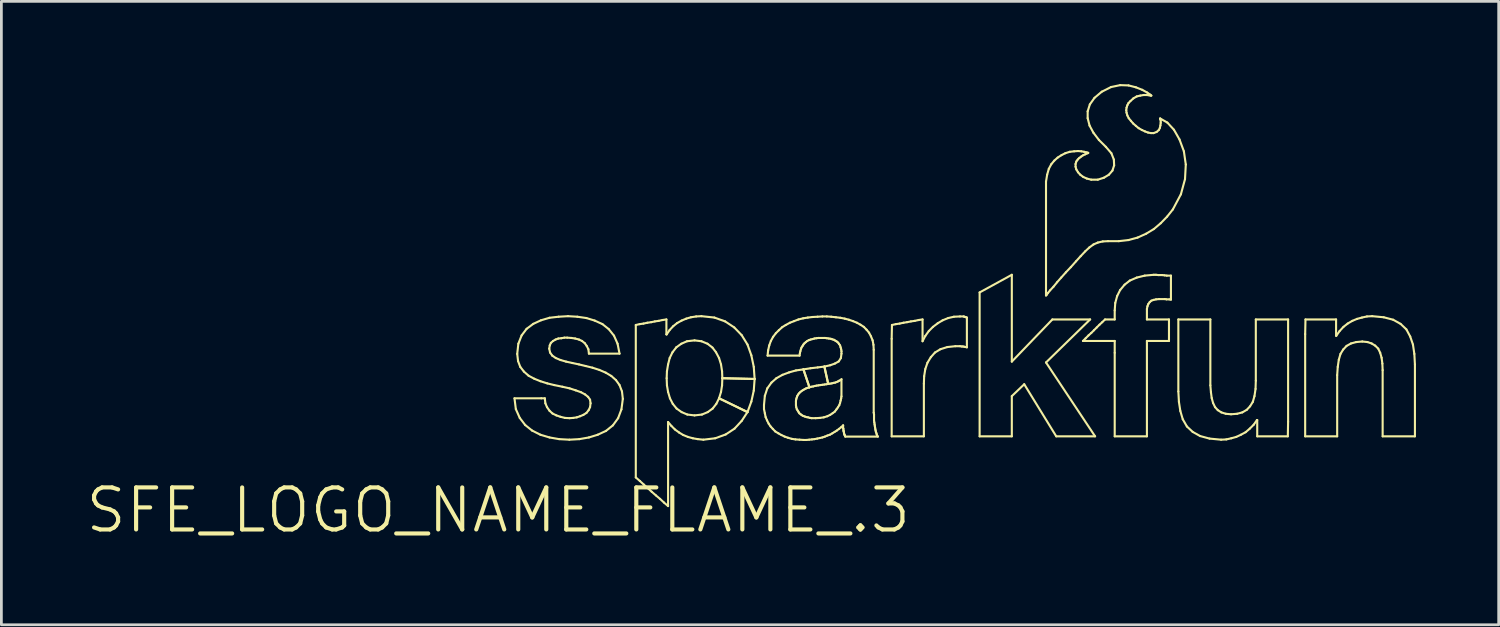
<source format=kicad_pcb>
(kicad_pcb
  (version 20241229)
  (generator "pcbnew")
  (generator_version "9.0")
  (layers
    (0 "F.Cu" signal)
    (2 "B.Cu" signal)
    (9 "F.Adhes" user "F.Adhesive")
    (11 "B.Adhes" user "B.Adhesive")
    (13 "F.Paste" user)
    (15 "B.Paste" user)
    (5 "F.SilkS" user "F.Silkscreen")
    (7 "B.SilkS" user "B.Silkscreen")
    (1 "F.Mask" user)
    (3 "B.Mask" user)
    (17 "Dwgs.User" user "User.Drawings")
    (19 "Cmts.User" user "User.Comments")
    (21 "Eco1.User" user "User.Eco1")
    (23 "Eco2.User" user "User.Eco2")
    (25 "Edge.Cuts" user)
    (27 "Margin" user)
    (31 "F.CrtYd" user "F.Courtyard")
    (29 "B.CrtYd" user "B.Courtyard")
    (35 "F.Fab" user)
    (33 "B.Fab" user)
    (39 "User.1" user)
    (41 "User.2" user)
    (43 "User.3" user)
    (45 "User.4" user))
  (footprint "SFE_LOGO_NAME_FLAME_.3"
    (layer "F.Cu")
    (at 15.022 15.456)
    (property "Reference" "SFE_LOGO_NAME_FLAME_.3" (at 0 0 0) (layer "F.SilkS") (effects (font (size 1.524 1.524) (thickness 0.15))))
    (attr exclude_from_pos_files exclude_from_bom)
    (fp_line (start 0.589 -4.059) (end 1.56 -4.059) (stroke (width 0.076) (type solid)) (layer "F.SilkS"))
    (fp_line (start 0.638 -3.668) (end 0.589 -4.059) (stroke (width 0.076) (type solid)) (layer "F.SilkS"))
    (fp_line (start 0.688 -5.669) (end 0.729 -6.038) (stroke (width 0.076) (type solid)) (layer "F.SilkS"))
    (fp_line (start 0.719 -5.408) (end 0.688 -5.669) (stroke (width 0.076) (type solid)) (layer "F.SilkS"))
    (fp_line (start 0.729 -6.038) (end 0.848 -6.34) (stroke (width 0.076) (type solid)) (layer "F.SilkS"))
    (fp_line (start 0.78 -3.348) (end 0.638 -3.668) (stroke (width 0.076) (type solid)) (layer "F.SilkS"))
    (fp_line (start 0.798 -5.199) (end 0.719 -5.408) (stroke (width 0.076) (type solid)) (layer "F.SilkS"))
    (fp_line (start 0.848 -6.34) (end 1.029 -6.579) (stroke (width 0.076) (type solid)) (layer "F.SilkS"))
    (fp_line (start 0.93 -5.029) (end 0.798 -5.199) (stroke (width 0.076) (type solid)) (layer "F.SilkS"))
    (fp_line (start 0.978 -3.089) (end 0.78 -3.348) (stroke (width 0.076) (type solid)) (layer "F.SilkS"))
    (fp_line (start 1.029 -6.579) (end 1.27 -6.759) (stroke (width 0.076) (type solid)) (layer "F.SilkS"))
    (fp_line (start 1.1 -4.879) (end 0.93 -5.029) (stroke (width 0.076) (type solid)) (layer "F.SilkS"))
    (fp_line (start 1.229 -2.888) (end 0.978 -3.089) (stroke (width 0.076) (type solid)) (layer "F.SilkS"))
    (fp_line (start 1.27 -6.759) (end 1.549 -6.888) (stroke (width 0.076) (type solid)) (layer "F.SilkS"))
    (fp_line (start 1.308 -4.768) (end 1.1 -4.879) (stroke (width 0.076) (type solid)) (layer "F.SilkS"))
    (fp_line (start 1.529 -4.679) (end 1.308 -4.768) (stroke (width 0.076) (type solid)) (layer "F.SilkS"))
    (fp_line (start 1.529 -2.738) (end 1.229 -2.888) (stroke (width 0.076) (type solid)) (layer "F.SilkS"))
    (fp_line (start 1.549 -6.888) (end 1.859 -6.98) (stroke (width 0.076) (type solid)) (layer "F.SilkS"))
    (fp_line (start 1.56 -4.059) (end 1.689 -4.059) (stroke (width 0.076) (type solid)) (layer "F.SilkS"))
    (fp_line (start 1.689 -4.059) (end 1.709 -3.879) (stroke (width 0.076) (type solid)) (layer "F.SilkS"))
    (fp_line (start 1.709 -3.879) (end 1.768 -3.739) (stroke (width 0.076) (type solid)) (layer "F.SilkS"))
    (fp_line (start 1.768 -3.739) (end 1.859 -3.609) (stroke (width 0.076) (type solid)) (layer "F.SilkS"))
    (fp_line (start 1.778 -4.6) (end 1.529 -4.679) (stroke (width 0.076) (type solid)) (layer "F.SilkS"))
    (fp_line (start 1.849 -5.86) (end 1.88 -5.718) (stroke (width 0.076) (type solid)) (layer "F.SilkS"))
    (fp_line (start 1.859 -6.98) (end 2.189 -7.018) (stroke (width 0.076) (type solid)) (layer "F.SilkS"))
    (fp_line (start 1.859 -3.609) (end 1.968 -3.508) (stroke (width 0.076) (type solid)) (layer "F.SilkS"))
    (fp_line (start 1.859 -2.639) (end 1.529 -2.738) (stroke (width 0.076) (type solid)) (layer "F.SilkS"))
    (fp_line (start 1.869 -5.979) (end 1.849 -5.86) (stroke (width 0.076) (type solid)) (layer "F.SilkS"))
    (fp_line (start 1.88 -5.718) (end 1.958 -5.608) (stroke (width 0.076) (type solid)) (layer "F.SilkS"))
    (fp_line (start 1.908 -6.068) (end 1.869 -5.979) (stroke (width 0.076) (type solid)) (layer "F.SilkS"))
    (fp_line (start 1.958 -5.608) (end 2.088 -5.519) (stroke (width 0.076) (type solid)) (layer "F.SilkS"))
    (fp_line (start 1.968 -3.508) (end 2.108 -3.439) (stroke (width 0.076) (type solid)) (layer "F.SilkS"))
    (fp_line (start 1.989 -6.139) (end 1.908 -6.068) (stroke (width 0.076) (type solid)) (layer "F.SilkS"))
    (fp_line (start 2.029 -4.539) (end 1.778 -4.6) (stroke (width 0.076) (type solid)) (layer "F.SilkS"))
    (fp_line (start 2.078 -6.19) (end 1.989 -6.139) (stroke (width 0.076) (type solid)) (layer "F.SilkS"))
    (fp_line (start 2.088 -5.519) (end 2.258 -5.448) (stroke (width 0.076) (type solid)) (layer "F.SilkS"))
    (fp_line (start 2.108 -3.439) (end 2.258 -3.388) (stroke (width 0.076) (type solid)) (layer "F.SilkS"))
    (fp_line (start 2.179 -6.228) (end 2.078 -6.19) (stroke (width 0.076) (type solid)) (layer "F.SilkS"))
    (fp_line (start 2.189 -7.018) (end 2.53 -7.038) (stroke (width 0.076) (type solid)) (layer "F.SilkS"))
    (fp_line (start 2.21 -2.578) (end 1.859 -2.639) (stroke (width 0.076) (type solid)) (layer "F.SilkS"))
    (fp_line (start 2.258 -5.448) (end 2.459 -5.39) (stroke (width 0.076) (type solid)) (layer "F.SilkS"))
    (fp_line (start 2.258 -3.388) (end 2.418 -3.348) (stroke (width 0.076) (type solid)) (layer "F.SilkS"))
    (fp_line (start 2.289 -6.238) (end 2.179 -6.228) (stroke (width 0.076) (type solid)) (layer "F.SilkS"))
    (fp_line (start 2.329 -4.478) (end 2.029 -4.539) (stroke (width 0.076) (type solid)) (layer "F.SilkS"))
    (fp_line (start 2.398 -6.259) (end 2.289 -6.238) (stroke (width 0.076) (type solid)) (layer "F.SilkS"))
    (fp_line (start 2.418 -3.348) (end 2.588 -3.338) (stroke (width 0.076) (type solid)) (layer "F.SilkS"))
    (fp_line (start 2.459 -5.39) (end 2.69 -5.339) (stroke (width 0.076) (type solid)) (layer "F.SilkS"))
    (fp_line (start 2.499 -6.259) (end 2.398 -6.259) (stroke (width 0.076) (type solid)) (layer "F.SilkS"))
    (fp_line (start 2.53 -7.038) (end 2.868 -7.018) (stroke (width 0.076) (type solid)) (layer "F.SilkS"))
    (fp_line (start 2.578 -2.558) (end 2.21 -2.578) (stroke (width 0.076) (type solid)) (layer "F.SilkS"))
    (fp_line (start 2.588 -4.42) (end 2.329 -4.478) (stroke (width 0.076) (type solid)) (layer "F.SilkS"))
    (fp_line (start 2.588 -3.338) (end 2.718 -3.348) (stroke (width 0.076) (type solid)) (layer "F.SilkS"))
    (fp_line (start 2.649 -6.248) (end 2.499 -6.259) (stroke (width 0.076) (type solid)) (layer "F.SilkS"))
    (fp_line (start 2.69 -5.339) (end 2.929 -5.288) (stroke (width 0.076) (type solid)) (layer "F.SilkS"))
    (fp_line (start 2.718 -3.348) (end 2.85 -3.368) (stroke (width 0.076) (type solid)) (layer "F.SilkS"))
    (fp_line (start 2.789 -6.228) (end 2.649 -6.248) (stroke (width 0.076) (type solid)) (layer "F.SilkS"))
    (fp_line (start 2.809 -4.348) (end 2.588 -4.42) (stroke (width 0.076) (type solid)) (layer "F.SilkS"))
    (fp_line (start 2.85 -3.368) (end 2.969 -3.409) (stroke (width 0.076) (type solid)) (layer "F.SilkS"))
    (fp_line (start 2.868 -7.018) (end 3.198 -6.97) (stroke (width 0.076) (type solid)) (layer "F.SilkS"))
    (fp_line (start 2.929 -6.19) (end 2.789 -6.228) (stroke (width 0.076) (type solid)) (layer "F.SilkS"))
    (fp_line (start 2.929 -5.288) (end 3.17 -5.23) (stroke (width 0.076) (type solid)) (layer "F.SilkS"))
    (fp_line (start 2.939 -2.578) (end 2.578 -2.558) (stroke (width 0.076) (type solid)) (layer "F.SilkS"))
    (fp_line (start 2.969 -3.409) (end 3.089 -3.459) (stroke (width 0.076) (type solid)) (layer "F.SilkS"))
    (fp_line (start 3 -4.28) (end 2.809 -4.348) (stroke (width 0.076) (type solid)) (layer "F.SilkS"))
    (fp_line (start 3.038 -6.139) (end 2.929 -6.19) (stroke (width 0.076) (type solid)) (layer "F.SilkS"))
    (fp_line (start 3.089 -3.459) (end 3.198 -3.528) (stroke (width 0.076) (type solid)) (layer "F.SilkS"))
    (fp_line (start 3.139 -6.058) (end 3.038 -6.139) (stroke (width 0.076) (type solid)) (layer "F.SilkS"))
    (fp_line (start 3.15 -4.199) (end 3 -4.28) (stroke (width 0.076) (type solid)) (layer "F.SilkS"))
    (fp_line (start 3.17 -5.23) (end 3.419 -5.169) (stroke (width 0.076) (type solid)) (layer "F.SilkS"))
    (fp_line (start 3.198 -6.97) (end 3.498 -6.878) (stroke (width 0.076) (type solid)) (layer "F.SilkS"))
    (fp_line (start 3.198 -3.528) (end 3.279 -3.63) (stroke (width 0.076) (type solid)) (layer "F.SilkS"))
    (fp_line (start 3.208 -5.959) (end 3.139 -6.058) (stroke (width 0.076) (type solid)) (layer "F.SilkS"))
    (fp_line (start 3.259 -4.11) (end 3.15 -4.199) (stroke (width 0.076) (type solid)) (layer "F.SilkS"))
    (fp_line (start 3.269 -5.839) (end 3.208 -5.959) (stroke (width 0.076) (type solid)) (layer "F.SilkS"))
    (fp_line (start 3.279 -3.63) (end 3.33 -3.739) (stroke (width 0.076) (type solid)) (layer "F.SilkS"))
    (fp_line (start 3.289 -5.679) (end 3.269 -5.839) (stroke (width 0.076) (type solid)) (layer "F.SilkS"))
    (fp_line (start 3.289 -2.639) (end 2.939 -2.578) (stroke (width 0.076) (type solid)) (layer "F.SilkS"))
    (fp_line (start 3.33 -4.008) (end 3.259 -4.11) (stroke (width 0.076) (type solid)) (layer "F.SilkS"))
    (fp_line (start 3.33 -3.739) (end 3.348 -3.879) (stroke (width 0.076) (type solid)) (layer "F.SilkS"))
    (fp_line (start 3.348 -3.879) (end 3.33 -4.008) (stroke (width 0.076) (type solid)) (layer "F.SilkS"))
    (fp_line (start 3.419 -5.169) (end 3.668 -5.088) (stroke (width 0.076) (type solid)) (layer "F.SilkS"))
    (fp_line (start 3.498 -6.878) (end 3.78 -6.749) (stroke (width 0.076) (type solid)) (layer "F.SilkS"))
    (fp_line (start 3.609 -2.738) (end 3.289 -2.639) (stroke (width 0.076) (type solid)) (layer "F.SilkS"))
    (fp_line (start 3.668 -5.088) (end 3.899 -4.989) (stroke (width 0.076) (type solid)) (layer "F.SilkS"))
    (fp_line (start 3.78 -6.749) (end 4.008 -6.568) (stroke (width 0.076) (type solid)) (layer "F.SilkS"))
    (fp_line (start 3.899 -4.989) (end 4.1 -4.869) (stroke (width 0.076) (type solid)) (layer "F.SilkS"))
    (fp_line (start 3.909 -2.878) (end 3.609 -2.738) (stroke (width 0.076) (type solid)) (layer "F.SilkS"))
    (fp_line (start 4.008 -6.568) (end 4.199 -6.33) (stroke (width 0.076) (type solid)) (layer "F.SilkS"))
    (fp_line (start 4.1 -4.869) (end 4.27 -4.719) (stroke (width 0.076) (type solid)) (layer "F.SilkS"))
    (fp_line (start 4.158 -3.078) (end 3.909 -2.878) (stroke (width 0.076) (type solid)) (layer "F.SilkS"))
    (fp_line (start 4.199 -6.33) (end 4.328 -6.038) (stroke (width 0.076) (type solid)) (layer "F.SilkS"))
    (fp_line (start 4.27 -4.719) (end 4.399 -4.539) (stroke (width 0.076) (type solid)) (layer "F.SilkS"))
    (fp_line (start 4.328 -6.038) (end 4.399 -5.679) (stroke (width 0.076) (type solid)) (layer "F.SilkS"))
    (fp_line (start 4.348 -3.338) (end 4.158 -3.078) (stroke (width 0.076) (type solid)) (layer "F.SilkS"))
    (fp_line (start 4.399 -5.679) (end 3.289 -5.679) (stroke (width 0.076) (type solid)) (layer "F.SilkS"))
    (fp_line (start 4.399 -4.539) (end 4.488 -4.308) (stroke (width 0.076) (type solid)) (layer "F.SilkS"))
    (fp_line (start 4.468 -3.658) (end 4.348 -3.338) (stroke (width 0.076) (type solid)) (layer "F.SilkS"))
    (fp_line (start 4.488 -4.308) (end 4.519 -4.039) (stroke (width 0.076) (type solid)) (layer "F.SilkS"))
    (fp_line (start 4.519 -4.039) (end 4.468 -3.658) (stroke (width 0.076) (type solid)) (layer "F.SilkS"))
    (fp_line (start 4.989 -6.718) (end 5.128 -6.749) (stroke (width 0.076) (type solid)) (layer "F.SilkS"))
    (fp_line (start 4.989 -1.189) (end 4.989 -6.718) (stroke (width 0.076) (type solid)) (layer "F.SilkS"))
    (fp_line (start 5.128 -6.749) (end 5.268 -6.769) (stroke (width 0.076) (type solid)) (layer "F.SilkS"))
    (fp_line (start 5.138 -1.059) (end 4.989 -1.189) (stroke (width 0.076) (type solid)) (layer "F.SilkS"))
    (fp_line (start 5.268 -6.769) (end 5.408 -6.8) (stroke (width 0.076) (type solid)) (layer "F.SilkS"))
    (fp_line (start 5.278 -0.93) (end 5.138 -1.059) (stroke (width 0.076) (type solid)) (layer "F.SilkS"))
    (fp_line (start 5.408 -6.8) (end 5.55 -6.82) (stroke (width 0.076) (type solid)) (layer "F.SilkS"))
    (fp_line (start 5.428 -0.798) (end 5.278 -0.93) (stroke (width 0.076) (type solid)) (layer "F.SilkS"))
    (fp_line (start 5.55 -6.82) (end 5.679 -6.848) (stroke (width 0.076) (type solid)) (layer "F.SilkS"))
    (fp_line (start 5.568 -0.668) (end 5.428 -0.798) (stroke (width 0.076) (type solid)) (layer "F.SilkS"))
    (fp_line (start 5.679 -6.848) (end 5.819 -6.868) (stroke (width 0.076) (type solid)) (layer "F.SilkS"))
    (fp_line (start 5.718 -0.538) (end 5.568 -0.668) (stroke (width 0.076) (type solid)) (layer "F.SilkS"))
    (fp_line (start 5.819 -6.868) (end 5.959 -6.899) (stroke (width 0.076) (type solid)) (layer "F.SilkS"))
    (fp_line (start 5.87 -0.409) (end 5.718 -0.538) (stroke (width 0.076) (type solid)) (layer "F.SilkS"))
    (fp_line (start 5.959 -6.899) (end 6.099 -6.919) (stroke (width 0.076) (type solid)) (layer "F.SilkS"))
    (fp_line (start 6.01 -0.279) (end 5.87 -0.409) (stroke (width 0.076) (type solid)) (layer "F.SilkS"))
    (fp_line (start 6.099 -6.919) (end 6.099 -6.378) (stroke (width 0.076) (type solid)) (layer "F.SilkS"))
    (fp_line (start 6.099 -6.378) (end 6.109 -6.378) (stroke (width 0.076) (type solid)) (layer "F.SilkS"))
    (fp_line (start 6.109 -6.378) (end 6.218 -6.538) (stroke (width 0.076) (type solid)) (layer "F.SilkS"))
    (fp_line (start 6.109 -4.788) (end 6.119 -4.529) (stroke (width 0.076) (type solid)) (layer "F.SilkS"))
    (fp_line (start 6.119 -5.039) (end 6.109 -4.788) (stroke (width 0.076) (type solid)) (layer "F.SilkS"))
    (fp_line (start 6.119 -4.529) (end 6.16 -4.288) (stroke (width 0.076) (type solid)) (layer "F.SilkS"))
    (fp_line (start 6.16 -5.288) (end 6.119 -5.039) (stroke (width 0.076) (type solid)) (layer "F.SilkS"))
    (fp_line (start 6.16 -4.288) (end 6.228 -4.059) (stroke (width 0.076) (type solid)) (layer "F.SilkS"))
    (fp_line (start 6.16 -3.198) (end 6.16 -0.15) (stroke (width 0.076) (type solid)) (layer "F.SilkS"))
    (fp_line (start 6.16 -0.15) (end 6.01 -0.279) (stroke (width 0.076) (type solid)) (layer "F.SilkS"))
    (fp_line (start 6.218 -6.538) (end 6.35 -6.678) (stroke (width 0.076) (type solid)) (layer "F.SilkS"))
    (fp_line (start 6.218 -5.519) (end 6.16 -5.288) (stroke (width 0.076) (type solid)) (layer "F.SilkS"))
    (fp_line (start 6.228 -4.059) (end 6.33 -3.858) (stroke (width 0.076) (type solid)) (layer "F.SilkS"))
    (fp_line (start 6.279 -3.058) (end 6.16 -3.198) (stroke (width 0.076) (type solid)) (layer "F.SilkS"))
    (fp_line (start 6.32 -5.728) (end 6.218 -5.519) (stroke (width 0.076) (type solid)) (layer "F.SilkS"))
    (fp_line (start 6.33 -3.858) (end 6.469 -3.688) (stroke (width 0.076) (type solid)) (layer "F.SilkS"))
    (fp_line (start 6.35 -6.678) (end 6.49 -6.789) (stroke (width 0.076) (type solid)) (layer "F.SilkS"))
    (fp_line (start 6.408 -2.929) (end 6.279 -3.058) (stroke (width 0.076) (type solid)) (layer "F.SilkS"))
    (fp_line (start 6.459 -5.908) (end 6.32 -5.728) (stroke (width 0.076) (type solid)) (layer "F.SilkS"))
    (fp_line (start 6.469 -3.688) (end 6.65 -3.559) (stroke (width 0.076) (type solid)) (layer "F.SilkS"))
    (fp_line (start 6.49 -6.789) (end 6.65 -6.878) (stroke (width 0.076) (type solid)) (layer "F.SilkS"))
    (fp_line (start 6.558 -2.819) (end 6.408 -2.929) (stroke (width 0.076) (type solid)) (layer "F.SilkS"))
    (fp_line (start 6.64 -6.038) (end 6.459 -5.908) (stroke (width 0.076) (type solid)) (layer "F.SilkS"))
    (fp_line (start 6.65 -6.878) (end 6.82 -6.949) (stroke (width 0.076) (type solid)) (layer "F.SilkS"))
    (fp_line (start 6.65 -3.559) (end 6.858 -3.47) (stroke (width 0.076) (type solid)) (layer "F.SilkS"))
    (fp_line (start 6.708 -2.728) (end 6.558 -2.819) (stroke (width 0.076) (type solid)) (layer "F.SilkS"))
    (fp_line (start 6.82 -6.949) (end 6.988 -6.998) (stroke (width 0.076) (type solid)) (layer "F.SilkS"))
    (fp_line (start 6.848 -6.129) (end 6.64 -6.038) (stroke (width 0.076) (type solid)) (layer "F.SilkS"))
    (fp_line (start 6.858 -3.47) (end 7.12 -3.439) (stroke (width 0.076) (type solid)) (layer "F.SilkS"))
    (fp_line (start 6.878 -2.659) (end 6.708 -2.728) (stroke (width 0.076) (type solid)) (layer "F.SilkS"))
    (fp_line (start 6.988 -6.998) (end 7.178 -7.028) (stroke (width 0.076) (type solid)) (layer "F.SilkS"))
    (fp_line (start 7.059 -2.609) (end 6.878 -2.659) (stroke (width 0.076) (type solid)) (layer "F.SilkS"))
    (fp_line (start 7.12 -6.16) (end 6.848 -6.129) (stroke (width 0.076) (type solid)) (layer "F.SilkS"))
    (fp_line (start 7.12 -3.439) (end 7.389 -3.47) (stroke (width 0.076) (type solid)) (layer "F.SilkS"))
    (fp_line (start 7.178 -7.028) (end 7.369 -7.038) (stroke (width 0.076) (type solid)) (layer "F.SilkS"))
    (fp_line (start 7.239 -2.578) (end 7.059 -2.609) (stroke (width 0.076) (type solid)) (layer "F.SilkS"))
    (fp_line (start 7.369 -7.038) (end 7.838 -6.988) (stroke (width 0.076) (type solid)) (layer "F.SilkS"))
    (fp_line (start 7.369 -6.129) (end 7.12 -6.16) (stroke (width 0.076) (type solid)) (layer "F.SilkS"))
    (fp_line (start 7.389 -3.47) (end 7.6 -3.559) (stroke (width 0.076) (type solid)) (layer "F.SilkS"))
    (fp_line (start 7.44 -2.558) (end 7.239 -2.578) (stroke (width 0.076) (type solid)) (layer "F.SilkS"))
    (fp_line (start 7.59 -6.038) (end 7.369 -6.129) (stroke (width 0.076) (type solid)) (layer "F.SilkS"))
    (fp_line (start 7.6 -3.559) (end 7.777 -3.688) (stroke (width 0.076) (type solid)) (layer "F.SilkS"))
    (fp_line (start 7.77 -5.898) (end 7.59 -6.038) (stroke (width 0.076) (type solid)) (layer "F.SilkS"))
    (fp_line (start 7.777 -3.688) (end 7.91 -3.858) (stroke (width 0.076) (type solid)) (layer "F.SilkS"))
    (fp_line (start 7.838 -6.988) (end 8.23 -6.848) (stroke (width 0.076) (type solid)) (layer "F.SilkS"))
    (fp_line (start 7.869 -2.609) (end 7.44 -2.558) (stroke (width 0.076) (type solid)) (layer "F.SilkS"))
    (fp_line (start 7.899 -5.728) (end 7.77 -5.898) (stroke (width 0.076) (type solid)) (layer "F.SilkS"))
    (fp_line (start 7.91 -3.858) (end 8.009 -4.059) (stroke (width 0.076) (type solid)) (layer "F.SilkS"))
    (fp_line (start 8.009 -5.519) (end 7.899 -5.728) (stroke (width 0.076) (type solid)) (layer "F.SilkS"))
    (fp_line (start 8.009 -4.059) (end 8.08 -4.288) (stroke (width 0.076) (type solid)) (layer "F.SilkS"))
    (fp_line (start 8.009 -4.059) (end 9.04 -3.559) (stroke (width 0.076) (type solid)) (layer "F.SilkS"))
    (fp_line (start 8.08 -5.288) (end 8.009 -5.519) (stroke (width 0.076) (type solid)) (layer "F.SilkS"))
    (fp_line (start 8.08 -4.288) (end 8.118 -4.529) (stroke (width 0.076) (type solid)) (layer "F.SilkS"))
    (fp_line (start 8.118 -5.039) (end 8.08 -5.288) (stroke (width 0.076) (type solid)) (layer "F.SilkS"))
    (fp_line (start 8.118 -4.529) (end 8.128 -4.788) (stroke (width 0.076) (type solid)) (layer "F.SilkS"))
    (fp_line (start 8.128 -4.788) (end 8.118 -5.039) (stroke (width 0.076) (type solid)) (layer "F.SilkS"))
    (fp_line (start 8.128 -4.788) (end 9.299 -4.76) (stroke (width 0.076) (type solid)) (layer "F.SilkS"))
    (fp_line (start 8.23 -6.848) (end 8.56 -6.629) (stroke (width 0.076) (type solid)) (layer "F.SilkS"))
    (fp_line (start 8.25 -2.748) (end 7.869 -2.609) (stroke (width 0.076) (type solid)) (layer "F.SilkS"))
    (fp_line (start 8.56 -6.629) (end 8.829 -6.35) (stroke (width 0.076) (type solid)) (layer "F.SilkS"))
    (fp_line (start 8.57 -2.959) (end 8.25 -2.748) (stroke (width 0.076) (type solid)) (layer "F.SilkS"))
    (fp_line (start 8.829 -6.35) (end 9.04 -6.01) (stroke (width 0.076) (type solid)) (layer "F.SilkS"))
    (fp_line (start 8.829 -3.239) (end 8.57 -2.959) (stroke (width 0.076) (type solid)) (layer "F.SilkS"))
    (fp_line (start 9.04 -6.01) (end 9.18 -5.618) (stroke (width 0.076) (type solid)) (layer "F.SilkS"))
    (fp_line (start 9.04 -3.559) (end 8.009 -4.059) (stroke (width 0.076) (type solid)) (layer "F.SilkS"))
    (fp_line (start 9.04 -3.559) (end 8.829 -3.239) (stroke (width 0.076) (type solid)) (layer "F.SilkS"))
    (fp_line (start 9.18 -5.618) (end 9.268 -5.199) (stroke (width 0.076) (type solid)) (layer "F.SilkS"))
    (fp_line (start 9.18 -3.94) (end 9.04 -3.559) (stroke (width 0.076) (type solid)) (layer "F.SilkS"))
    (fp_line (start 9.268 -5.199) (end 9.299 -4.76) (stroke (width 0.076) (type solid)) (layer "F.SilkS"))
    (fp_line (start 9.268 -4.338) (end 9.18 -3.94) (stroke (width 0.076) (type solid)) (layer "F.SilkS"))
    (fp_line (start 9.299 -4.76) (end 8.128 -4.788) (stroke (width 0.076) (type solid)) (layer "F.SilkS"))
    (fp_line (start 9.299 -4.76) (end 9.268 -4.338) (stroke (width 0.076) (type solid)) (layer "F.SilkS"))
    (fp_line (start 9.639 -3.818) (end 9.67 -4.148) (stroke (width 0.076) (type solid)) (layer "F.SilkS"))
    (fp_line (start 9.639 -3.668) (end 9.639 -3.818) (stroke (width 0.076) (type solid)) (layer "F.SilkS"))
    (fp_line (start 9.67 -4.148) (end 9.759 -4.42) (stroke (width 0.076) (type solid)) (layer "F.SilkS"))
    (fp_line (start 9.67 -3.518) (end 9.639 -3.668) (stroke (width 0.076) (type solid)) (layer "F.SilkS"))
    (fp_line (start 9.698 -3.378) (end 9.67 -3.518) (stroke (width 0.076) (type solid)) (layer "F.SilkS"))
    (fp_line (start 9.749 -3.259) (end 9.698 -3.378) (stroke (width 0.076) (type solid)) (layer "F.SilkS"))
    (fp_line (start 9.759 -4.42) (end 9.909 -4.628) (stroke (width 0.076) (type solid)) (layer "F.SilkS"))
    (fp_line (start 9.769 -5.608) (end 9.789 -5.799) (stroke (width 0.076) (type solid)) (layer "F.SilkS"))
    (fp_line (start 9.789 -5.799) (end 9.83 -5.979) (stroke (width 0.076) (type solid)) (layer "F.SilkS"))
    (fp_line (start 9.809 -3.139) (end 9.749 -3.259) (stroke (width 0.076) (type solid)) (layer "F.SilkS"))
    (fp_line (start 9.83 -5.979) (end 9.888 -6.139) (stroke (width 0.076) (type solid)) (layer "F.SilkS"))
    (fp_line (start 9.878 -3.038) (end 9.809 -3.139) (stroke (width 0.076) (type solid)) (layer "F.SilkS"))
    (fp_line (start 9.888 -6.139) (end 9.97 -6.289) (stroke (width 0.076) (type solid)) (layer "F.SilkS"))
    (fp_line (start 9.909 -4.628) (end 10.089 -4.788) (stroke (width 0.076) (type solid)) (layer "F.SilkS"))
    (fp_line (start 9.959 -2.949) (end 9.878 -3.038) (stroke (width 0.076) (type solid)) (layer "F.SilkS"))
    (fp_line (start 9.97 -6.289) (end 10.069 -6.419) (stroke (width 0.076) (type solid)) (layer "F.SilkS"))
    (fp_line (start 10.048 -2.857) (end 9.959 -2.949) (stroke (width 0.076) (type solid)) (layer "F.SilkS"))
    (fp_line (start 10.069 -6.419) (end 10.178 -6.528) (stroke (width 0.076) (type solid)) (layer "F.SilkS"))
    (fp_line (start 10.089 -4.788) (end 10.31 -4.91) (stroke (width 0.076) (type solid)) (layer "F.SilkS"))
    (fp_line (start 10.16 -2.789) (end 10.048 -2.857) (stroke (width 0.076) (type solid)) (layer "F.SilkS"))
    (fp_line (start 10.178 -6.528) (end 10.3 -6.64) (stroke (width 0.076) (type solid)) (layer "F.SilkS"))
    (fp_line (start 10.269 -2.728) (end 10.16 -2.789) (stroke (width 0.076) (type solid)) (layer "F.SilkS"))
    (fp_line (start 10.3 -6.64) (end 10.429 -6.718) (stroke (width 0.076) (type solid)) (layer "F.SilkS"))
    (fp_line (start 10.31 -4.91) (end 10.549 -4.999) (stroke (width 0.076) (type solid)) (layer "F.SilkS"))
    (fp_line (start 10.389 -2.67) (end 10.269 -2.728) (stroke (width 0.076) (type solid)) (layer "F.SilkS"))
    (fp_line (start 10.429 -6.718) (end 10.579 -6.8) (stroke (width 0.076) (type solid)) (layer "F.SilkS"))
    (fp_line (start 10.508 -2.629) (end 10.389 -2.67) (stroke (width 0.076) (type solid)) (layer "F.SilkS"))
    (fp_line (start 10.549 -4.999) (end 10.798 -5.07) (stroke (width 0.076) (type solid)) (layer "F.SilkS"))
    (fp_line (start 10.579 -6.8) (end 10.729 -6.858) (stroke (width 0.076) (type solid)) (layer "F.SilkS"))
    (fp_line (start 10.648 -2.588) (end 10.508 -2.629) (stroke (width 0.076) (type solid)) (layer "F.SilkS"))
    (fp_line (start 10.729 -6.858) (end 10.889 -6.919) (stroke (width 0.076) (type solid)) (layer "F.SilkS"))
    (fp_line (start 10.78 -2.568) (end 10.648 -2.588) (stroke (width 0.076) (type solid)) (layer "F.SilkS"))
    (fp_line (start 10.798 -5.07) (end 11.069 -5.108) (stroke (width 0.076) (type solid)) (layer "F.SilkS"))
    (fp_line (start 10.798 -3.96) (end 10.798 -3.81) (stroke (width 0.076) (type solid)) (layer "F.SilkS"))
    (fp_line (start 10.798 -3.81) (end 10.808 -3.739) (stroke (width 0.076) (type solid)) (layer "F.SilkS"))
    (fp_line (start 10.808 -4.028) (end 10.798 -3.96) (stroke (width 0.076) (type solid)) (layer "F.SilkS"))
    (fp_line (start 10.808 -3.739) (end 10.828 -3.668) (stroke (width 0.076) (type solid)) (layer "F.SilkS"))
    (fp_line (start 10.828 -4.089) (end 10.808 -4.028) (stroke (width 0.076) (type solid)) (layer "F.SilkS"))
    (fp_line (start 10.828 -3.668) (end 10.858 -3.619) (stroke (width 0.076) (type solid)) (layer "F.SilkS"))
    (fp_line (start 10.848 -4.148) (end 10.828 -4.089) (stroke (width 0.076) (type solid)) (layer "F.SilkS"))
    (fp_line (start 10.858 -3.619) (end 10.889 -3.569) (stroke (width 0.076) (type solid)) (layer "F.SilkS"))
    (fp_line (start 10.879 -4.199) (end 10.848 -4.148) (stroke (width 0.076) (type solid)) (layer "F.SilkS"))
    (fp_line (start 10.889 -6.919) (end 11.059 -6.96) (stroke (width 0.076) (type solid)) (layer "F.SilkS"))
    (fp_line (start 10.889 -3.569) (end 10.919 -3.518) (stroke (width 0.076) (type solid)) (layer "F.SilkS"))
    (fp_line (start 10.919 -4.249) (end 10.879 -4.199) (stroke (width 0.076) (type solid)) (layer "F.SilkS"))
    (fp_line (start 10.919 -3.518) (end 10.968 -3.48) (stroke (width 0.076) (type solid)) (layer "F.SilkS"))
    (fp_line (start 10.93 -5.608) (end 9.769 -5.608) (stroke (width 0.076) (type solid)) (layer "F.SilkS"))
    (fp_line (start 10.93 -2.558) (end 10.78 -2.568) (stroke (width 0.076) (type solid)) (layer "F.SilkS"))
    (fp_line (start 10.94 -5.69) (end 10.93 -5.608) (stroke (width 0.076) (type solid)) (layer "F.SilkS"))
    (fp_line (start 10.958 -5.768) (end 10.94 -5.69) (stroke (width 0.076) (type solid)) (layer "F.SilkS"))
    (fp_line (start 10.958 -4.288) (end 10.919 -4.249) (stroke (width 0.076) (type solid)) (layer "F.SilkS"))
    (fp_line (start 10.968 -3.48) (end 11.008 -3.449) (stroke (width 0.076) (type solid)) (layer "F.SilkS"))
    (fp_line (start 10.978 -5.839) (end 10.958 -5.768) (stroke (width 0.076) (type solid)) (layer "F.SilkS"))
    (fp_line (start 10.998 -5.898) (end 10.978 -5.839) (stroke (width 0.076) (type solid)) (layer "F.SilkS"))
    (fp_line (start 11.008 -4.328) (end 10.958 -4.288) (stroke (width 0.076) (type solid)) (layer "F.SilkS"))
    (fp_line (start 11.008 -3.449) (end 11.059 -3.419) (stroke (width 0.076) (type solid)) (layer "F.SilkS"))
    (fp_line (start 11.039 -5.959) (end 10.998 -5.898) (stroke (width 0.076) (type solid)) (layer "F.SilkS"))
    (fp_line (start 11.059 -6.96) (end 11.229 -6.988) (stroke (width 0.076) (type solid)) (layer "F.SilkS"))
    (fp_line (start 11.059 -4.359) (end 11.008 -4.328) (stroke (width 0.076) (type solid)) (layer "F.SilkS"))
    (fp_line (start 11.059 -3.419) (end 11.118 -3.399) (stroke (width 0.076) (type solid)) (layer "F.SilkS"))
    (fp_line (start 11.069 -6.01) (end 11.039 -5.959) (stroke (width 0.076) (type solid)) (layer "F.SilkS"))
    (fp_line (start 11.069 -5.108) (end 11.288 -4.458) (stroke (width 0.076) (type solid)) (layer "F.SilkS"))
    (fp_line (start 11.069 -5.108) (end 11.328 -5.149) (stroke (width 0.076) (type solid)) (layer "F.SilkS"))
    (fp_line (start 11.079 -2.548) (end 10.93 -2.558) (stroke (width 0.076) (type solid)) (layer "F.SilkS"))
    (fp_line (start 11.11 -6.058) (end 11.069 -6.01) (stroke (width 0.076) (type solid)) (layer "F.SilkS"))
    (fp_line (start 11.11 -4.389) (end 11.059 -4.359) (stroke (width 0.076) (type solid)) (layer "F.SilkS"))
    (fp_line (start 11.118 -3.399) (end 11.179 -3.378) (stroke (width 0.076) (type solid)) (layer "F.SilkS"))
    (fp_line (start 11.158 -6.099) (end 11.11 -6.058) (stroke (width 0.076) (type solid)) (layer "F.SilkS"))
    (fp_line (start 11.168 -4.42) (end 11.11 -4.389) (stroke (width 0.076) (type solid)) (layer "F.SilkS"))
    (fp_line (start 11.179 -3.378) (end 11.239 -3.368) (stroke (width 0.076) (type solid)) (layer "F.SilkS"))
    (fp_line (start 11.179 -2.548) (end 11.079 -2.548) (stroke (width 0.076) (type solid)) (layer "F.SilkS"))
    (fp_line (start 11.209 -6.139) (end 11.158 -6.099) (stroke (width 0.076) (type solid)) (layer "F.SilkS"))
    (fp_line (start 11.229 -6.988) (end 11.4 -7.008) (stroke (width 0.076) (type solid)) (layer "F.SilkS"))
    (fp_line (start 11.229 -4.44) (end 11.168 -4.42) (stroke (width 0.076) (type solid)) (layer "F.SilkS"))
    (fp_line (start 11.239 -3.368) (end 11.308 -3.348) (stroke (width 0.076) (type solid)) (layer "F.SilkS"))
    (fp_line (start 11.27 -6.17) (end 11.209 -6.139) (stroke (width 0.076) (type solid)) (layer "F.SilkS"))
    (fp_line (start 11.278 -2.558) (end 11.179 -2.548) (stroke (width 0.076) (type solid)) (layer "F.SilkS"))
    (fp_line (start 11.288 -4.458) (end 11.069 -5.108) (stroke (width 0.076) (type solid)) (layer "F.SilkS"))
    (fp_line (start 11.288 -4.458) (end 11.229 -4.44) (stroke (width 0.076) (type solid)) (layer "F.SilkS"))
    (fp_line (start 11.308 -3.348) (end 11.369 -3.338) (stroke (width 0.076) (type solid)) (layer "F.SilkS"))
    (fp_line (start 11.328 -6.19) (end 11.27 -6.17) (stroke (width 0.076) (type solid)) (layer "F.SilkS"))
    (fp_line (start 11.328 -5.149) (end 11.587 -5.179) (stroke (width 0.076) (type solid)) (layer "F.SilkS"))
    (fp_line (start 11.349 -4.478) (end 11.288 -4.458) (stroke (width 0.076) (type solid)) (layer "F.SilkS"))
    (fp_line (start 11.369 -3.338) (end 11.509 -3.338) (stroke (width 0.076) (type solid)) (layer "F.SilkS"))
    (fp_line (start 11.379 -2.568) (end 11.278 -2.558) (stroke (width 0.076) (type solid)) (layer "F.SilkS"))
    (fp_line (start 11.4 -7.008) (end 11.58 -7.018) (stroke (width 0.076) (type solid)) (layer "F.SilkS"))
    (fp_line (start 11.4 -6.208) (end 11.328 -6.19) (stroke (width 0.076) (type solid)) (layer "F.SilkS"))
    (fp_line (start 11.42 -4.488) (end 11.349 -4.478) (stroke (width 0.076) (type solid)) (layer "F.SilkS"))
    (fp_line (start 11.468 -6.228) (end 11.4 -6.208) (stroke (width 0.076) (type solid)) (layer "F.SilkS"))
    (fp_line (start 11.468 -2.578) (end 11.379 -2.568) (stroke (width 0.076) (type solid)) (layer "F.SilkS"))
    (fp_line (start 11.488 -4.508) (end 11.42 -4.488) (stroke (width 0.076) (type solid)) (layer "F.SilkS"))
    (fp_line (start 11.509 -3.338) (end 11.669 -3.348) (stroke (width 0.076) (type solid)) (layer "F.SilkS"))
    (fp_line (start 11.539 -6.238) (end 11.468 -6.228) (stroke (width 0.076) (type solid)) (layer "F.SilkS"))
    (fp_line (start 11.549 -4.519) (end 11.488 -4.508) (stroke (width 0.076) (type solid)) (layer "F.SilkS"))
    (fp_line (start 11.57 -2.598) (end 11.468 -2.578) (stroke (width 0.076) (type solid)) (layer "F.SilkS"))
    (fp_line (start 11.58 -7.018) (end 11.758 -7.028) (stroke (width 0.076) (type solid)) (layer "F.SilkS"))
    (fp_line (start 11.587 -5.179) (end 11.829 -5.21) (stroke (width 0.076) (type solid)) (layer "F.SilkS"))
    (fp_line (start 11.618 -6.248) (end 11.539 -6.238) (stroke (width 0.076) (type solid)) (layer "F.SilkS"))
    (fp_line (start 11.618 -4.529) (end 11.549 -4.519) (stroke (width 0.076) (type solid)) (layer "F.SilkS"))
    (fp_line (start 11.669 -3.348) (end 11.808 -3.368) (stroke (width 0.076) (type solid)) (layer "F.SilkS"))
    (fp_line (start 11.669 -2.619) (end 11.57 -2.598) (stroke (width 0.076) (type solid)) (layer "F.SilkS"))
    (fp_line (start 11.689 -4.539) (end 11.618 -4.529) (stroke (width 0.076) (type solid)) (layer "F.SilkS"))
    (fp_line (start 11.758 -7.028) (end 11.918 -7.028) (stroke (width 0.076) (type solid)) (layer "F.SilkS"))
    (fp_line (start 11.758 -4.549) (end 11.689 -4.539) (stroke (width 0.076) (type solid)) (layer "F.SilkS"))
    (fp_line (start 11.758 -2.639) (end 11.669 -2.619) (stroke (width 0.076) (type solid)) (layer "F.SilkS"))
    (fp_line (start 11.808 -3.368) (end 11.938 -3.409) (stroke (width 0.076) (type solid)) (layer "F.SilkS"))
    (fp_line (start 11.829 -5.21) (end 11.968 -4.58) (stroke (width 0.076) (type solid)) (layer "F.SilkS"))
    (fp_line (start 11.829 -5.21) (end 12.04 -5.258) (stroke (width 0.076) (type solid)) (layer "F.SilkS"))
    (fp_line (start 11.829 -4.559) (end 11.758 -4.549) (stroke (width 0.076) (type solid)) (layer "F.SilkS"))
    (fp_line (start 11.849 -6.248) (end 11.618 -6.248) (stroke (width 0.076) (type solid)) (layer "F.SilkS"))
    (fp_line (start 11.849 -2.67) (end 11.758 -2.639) (stroke (width 0.076) (type solid)) (layer "F.SilkS"))
    (fp_line (start 11.9 -4.569) (end 11.829 -4.559) (stroke (width 0.076) (type solid)) (layer "F.SilkS"))
    (fp_line (start 11.918 -7.028) (end 12.078 -7.018) (stroke (width 0.076) (type solid)) (layer "F.SilkS"))
    (fp_line (start 11.918 -6.238) (end 11.849 -6.248) (stroke (width 0.076) (type solid)) (layer "F.SilkS"))
    (fp_line (start 11.938 -3.409) (end 12.04 -3.459) (stroke (width 0.076) (type solid)) (layer "F.SilkS"))
    (fp_line (start 11.938 -2.708) (end 11.849 -2.67) (stroke (width 0.076) (type solid)) (layer "F.SilkS"))
    (fp_line (start 11.968 -4.58) (end 11.829 -5.21) (stroke (width 0.076) (type solid)) (layer "F.SilkS"))
    (fp_line (start 11.968 -4.58) (end 11.9 -4.569) (stroke (width 0.076) (type solid)) (layer "F.SilkS"))
    (fp_line (start 11.989 -6.228) (end 11.918 -6.238) (stroke (width 0.076) (type solid)) (layer "F.SilkS"))
    (fp_line (start 12.029 -4.59) (end 11.968 -4.58) (stroke (width 0.076) (type solid)) (layer "F.SilkS"))
    (fp_line (start 12.029 -2.738) (end 11.938 -2.708) (stroke (width 0.076) (type solid)) (layer "F.SilkS"))
    (fp_line (start 12.04 -5.258) (end 12.21 -5.319) (stroke (width 0.076) (type solid)) (layer "F.SilkS"))
    (fp_line (start 12.04 -3.459) (end 12.129 -3.518) (stroke (width 0.076) (type solid)) (layer "F.SilkS"))
    (fp_line (start 12.06 -6.218) (end 11.989 -6.228) (stroke (width 0.076) (type solid)) (layer "F.SilkS"))
    (fp_line (start 12.078 -7.018) (end 12.248 -6.998) (stroke (width 0.076) (type solid)) (layer "F.SilkS"))
    (fp_line (start 12.098 -4.6) (end 12.029 -4.59) (stroke (width 0.076) (type solid)) (layer "F.SilkS"))
    (fp_line (start 12.118 -6.198) (end 12.06 -6.218) (stroke (width 0.076) (type solid)) (layer "F.SilkS"))
    (fp_line (start 12.118 -2.789) (end 12.029 -2.738) (stroke (width 0.076) (type solid)) (layer "F.SilkS"))
    (fp_line (start 12.129 -3.518) (end 12.21 -3.579) (stroke (width 0.076) (type solid)) (layer "F.SilkS"))
    (fp_line (start 12.159 -4.618) (end 12.098 -4.6) (stroke (width 0.076) (type solid)) (layer "F.SilkS"))
    (fp_line (start 12.179 -6.18) (end 12.118 -6.198) (stroke (width 0.076) (type solid)) (layer "F.SilkS"))
    (fp_line (start 12.2 -2.84) (end 12.118 -2.789) (stroke (width 0.076) (type solid)) (layer "F.SilkS"))
    (fp_line (start 12.21 -5.319) (end 12.349 -5.397) (stroke (width 0.076) (type solid)) (layer "F.SilkS"))
    (fp_line (start 12.21 -3.579) (end 12.268 -3.658) (stroke (width 0.076) (type solid)) (layer "F.SilkS"))
    (fp_line (start 12.22 -4.628) (end 12.159 -4.618) (stroke (width 0.076) (type solid)) (layer "F.SilkS"))
    (fp_line (start 12.228 -6.149) (end 12.179 -6.18) (stroke (width 0.076) (type solid)) (layer "F.SilkS"))
    (fp_line (start 12.248 -6.998) (end 12.408 -6.98) (stroke (width 0.076) (type solid)) (layer "F.SilkS"))
    (fp_line (start 12.268 -4.648) (end 12.22 -4.628) (stroke (width 0.076) (type solid)) (layer "F.SilkS"))
    (fp_line (start 12.268 -3.658) (end 12.319 -3.729) (stroke (width 0.076) (type solid)) (layer "F.SilkS"))
    (fp_line (start 12.278 -6.119) (end 12.228 -6.149) (stroke (width 0.076) (type solid)) (layer "F.SilkS"))
    (fp_line (start 12.278 -2.888) (end 12.2 -2.84) (stroke (width 0.076) (type solid)) (layer "F.SilkS"))
    (fp_line (start 12.319 -4.669) (end 12.268 -4.648) (stroke (width 0.076) (type solid)) (layer "F.SilkS"))
    (fp_line (start 12.319 -3.729) (end 12.37 -3.81) (stroke (width 0.076) (type solid)) (layer "F.SilkS"))
    (fp_line (start 12.329 -6.078) (end 12.278 -6.119) (stroke (width 0.076) (type solid)) (layer "F.SilkS"))
    (fp_line (start 12.349 -5.397) (end 12.428 -5.519) (stroke (width 0.076) (type solid)) (layer "F.SilkS"))
    (fp_line (start 12.36 -6.03) (end 12.329 -6.078) (stroke (width 0.076) (type solid)) (layer "F.SilkS"))
    (fp_line (start 12.36 -2.949) (end 12.278 -2.888) (stroke (width 0.076) (type solid)) (layer "F.SilkS"))
    (fp_line (start 12.37 -4.699) (end 12.319 -4.669) (stroke (width 0.076) (type solid)) (layer "F.SilkS"))
    (fp_line (start 12.37 -3.81) (end 12.398 -3.889) (stroke (width 0.076) (type solid)) (layer "F.SilkS"))
    (fp_line (start 12.398 -5.979) (end 12.36 -6.03) (stroke (width 0.076) (type solid)) (layer "F.SilkS"))
    (fp_line (start 12.398 -3.889) (end 12.418 -3.978) (stroke (width 0.076) (type solid)) (layer "F.SilkS"))
    (fp_line (start 12.408 -6.98) (end 12.568 -6.949) (stroke (width 0.076) (type solid)) (layer "F.SilkS"))
    (fp_line (start 12.418 -5.908) (end 12.398 -5.979) (stroke (width 0.076) (type solid)) (layer "F.SilkS"))
    (fp_line (start 12.418 -4.719) (end 12.37 -4.699) (stroke (width 0.076) (type solid)) (layer "F.SilkS"))
    (fp_line (start 12.418 -3.978) (end 12.438 -4.059) (stroke (width 0.076) (type solid)) (layer "F.SilkS"))
    (fp_line (start 12.428 -5.519) (end 12.449 -5.679) (stroke (width 0.076) (type solid)) (layer "F.SilkS"))
    (fp_line (start 12.438 -5.839) (end 12.418 -5.908) (stroke (width 0.076) (type solid)) (layer "F.SilkS"))
    (fp_line (start 12.438 -4.059) (end 12.449 -4.128) (stroke (width 0.076) (type solid)) (layer "F.SilkS"))
    (fp_line (start 12.438 -3.01) (end 12.36 -2.949) (stroke (width 0.076) (type solid)) (layer "F.SilkS"))
    (fp_line (start 12.449 -5.768) (end 12.438 -5.839) (stroke (width 0.076) (type solid)) (layer "F.SilkS"))
    (fp_line (start 12.449 -5.679) (end 12.449 -5.768) (stroke (width 0.076) (type solid)) (layer "F.SilkS"))
    (fp_line (start 12.449 -4.75) (end 12.418 -4.719) (stroke (width 0.076) (type solid)) (layer "F.SilkS"))
    (fp_line (start 12.449 -4.128) (end 12.449 -4.75) (stroke (width 0.076) (type solid)) (layer "F.SilkS"))
    (fp_line (start 12.509 -3.078) (end 12.438 -3.01) (stroke (width 0.076) (type solid)) (layer "F.SilkS"))
    (fp_line (start 12.509 -2.979) (end 12.509 -3.078) (stroke (width 0.076) (type solid)) (layer "F.SilkS"))
    (fp_line (start 12.52 -2.949) (end 12.509 -2.979) (stroke (width 0.076) (type solid)) (layer "F.SilkS"))
    (fp_line (start 12.52 -2.898) (end 12.52 -2.949) (stroke (width 0.076) (type solid)) (layer "F.SilkS"))
    (fp_line (start 12.53 -2.868) (end 12.52 -2.898) (stroke (width 0.076) (type solid)) (layer "F.SilkS"))
    (fp_line (start 12.53 -2.85) (end 12.53 -2.868) (stroke (width 0.076) (type solid)) (layer "F.SilkS"))
    (fp_line (start 12.54 -2.819) (end 12.53 -2.85) (stroke (width 0.076) (type solid)) (layer "F.SilkS"))
    (fp_line (start 12.54 -2.799) (end 12.54 -2.819) (stroke (width 0.076) (type solid)) (layer "F.SilkS"))
    (fp_line (start 12.548 -2.769) (end 12.54 -2.799) (stroke (width 0.076) (type solid)) (layer "F.SilkS"))
    (fp_line (start 12.558 -2.738) (end 12.548 -2.769) (stroke (width 0.076) (type solid)) (layer "F.SilkS"))
    (fp_line (start 12.568 -6.949) (end 12.718 -6.909) (stroke (width 0.076) (type solid)) (layer "F.SilkS"))
    (fp_line (start 12.568 -2.718) (end 12.558 -2.738) (stroke (width 0.076) (type solid)) (layer "F.SilkS"))
    (fp_line (start 12.578 -2.69) (end 12.568 -2.718) (stroke (width 0.076) (type solid)) (layer "F.SilkS"))
    (fp_line (start 12.588 -2.67) (end 12.578 -2.69) (stroke (width 0.076) (type solid)) (layer "F.SilkS"))
    (fp_line (start 12.718 -6.909) (end 12.868 -6.858) (stroke (width 0.076) (type solid)) (layer "F.SilkS"))
    (fp_line (start 12.868 -6.858) (end 13.01 -6.8) (stroke (width 0.076) (type solid)) (layer "F.SilkS"))
    (fp_line (start 13.01 -6.8) (end 13.139 -6.728) (stroke (width 0.076) (type solid)) (layer "F.SilkS"))
    (fp_line (start 13.139 -6.728) (end 13.259 -6.65) (stroke (width 0.076) (type solid)) (layer "F.SilkS"))
    (fp_line (start 13.259 -6.65) (end 13.358 -6.548) (stroke (width 0.076) (type solid)) (layer "F.SilkS"))
    (fp_line (start 13.358 -6.548) (end 13.449 -6.439) (stroke (width 0.076) (type solid)) (layer "F.SilkS"))
    (fp_line (start 13.449 -6.439) (end 13.518 -6.309) (stroke (width 0.076) (type solid)) (layer "F.SilkS"))
    (fp_line (start 13.518 -6.309) (end 13.579 -6.16) (stroke (width 0.076) (type solid)) (layer "F.SilkS"))
    (fp_line (start 13.579 -6.16) (end 13.609 -5.999) (stroke (width 0.076) (type solid)) (layer "F.SilkS"))
    (fp_line (start 13.609 -5.999) (end 13.619 -5.819) (stroke (width 0.076) (type solid)) (layer "F.SilkS"))
    (fp_line (start 13.619 -5.819) (end 13.619 -3.538) (stroke (width 0.076) (type solid)) (layer "F.SilkS"))
    (fp_line (start 13.619 -3.538) (end 13.63 -3.47) (stroke (width 0.076) (type solid)) (layer "F.SilkS"))
    (fp_line (start 13.63 -3.47) (end 13.63 -3.259) (stroke (width 0.076) (type solid)) (layer "F.SilkS"))
    (fp_line (start 13.63 -3.259) (end 13.64 -3.188) (stroke (width 0.076) (type solid)) (layer "F.SilkS"))
    (fp_line (start 13.64 -3.188) (end 13.65 -3.119) (stroke (width 0.076) (type solid)) (layer "F.SilkS"))
    (fp_line (start 13.65 -3.119) (end 13.658 -3.058) (stroke (width 0.076) (type solid)) (layer "F.SilkS"))
    (fp_line (start 13.658 -3.058) (end 13.668 -3) (stroke (width 0.076) (type solid)) (layer "F.SilkS"))
    (fp_line (start 13.668 -3) (end 13.678 -2.939) (stroke (width 0.076) (type solid)) (layer "F.SilkS"))
    (fp_line (start 13.678 -2.939) (end 13.688 -2.888) (stroke (width 0.076) (type solid)) (layer "F.SilkS"))
    (fp_line (start 13.688 -2.888) (end 13.698 -2.84) (stroke (width 0.076) (type solid)) (layer "F.SilkS"))
    (fp_line (start 13.698 -2.84) (end 13.719 -2.789) (stroke (width 0.076) (type solid)) (layer "F.SilkS"))
    (fp_line (start 13.719 -2.789) (end 13.729 -2.738) (stroke (width 0.076) (type solid)) (layer "F.SilkS"))
    (fp_line (start 13.729 -2.738) (end 13.749 -2.697) (stroke (width 0.076) (type solid)) (layer "F.SilkS"))
    (fp_line (start 13.749 -2.697) (end 13.769 -2.67) (stroke (width 0.076) (type solid)) (layer "F.SilkS"))
    (fp_line (start 13.769 -2.67) (end 12.588 -2.67) (stroke (width 0.076) (type solid)) (layer "F.SilkS"))
    (fp_line (start 14.27 -6.218) (end 14.28 -6.718) (stroke (width 0.076) (type solid)) (layer "F.SilkS"))
    (fp_line (start 14.27 -2.68) (end 14.27 -6.218) (stroke (width 0.076) (type solid)) (layer "F.SilkS"))
    (fp_line (start 14.28 -6.718) (end 14.42 -6.749) (stroke (width 0.076) (type solid)) (layer "F.SilkS"))
    (fp_line (start 14.42 -6.749) (end 14.559 -6.769) (stroke (width 0.076) (type solid)) (layer "F.SilkS"))
    (fp_line (start 14.559 -6.769) (end 14.699 -6.8) (stroke (width 0.076) (type solid)) (layer "F.SilkS"))
    (fp_line (start 14.699 -6.8) (end 14.829 -6.82) (stroke (width 0.076) (type solid)) (layer "F.SilkS"))
    (fp_line (start 14.829 -6.82) (end 14.968 -6.848) (stroke (width 0.076) (type solid)) (layer "F.SilkS"))
    (fp_line (start 14.968 -6.848) (end 15.108 -6.868) (stroke (width 0.076) (type solid)) (layer "F.SilkS"))
    (fp_line (start 15.108 -6.868) (end 15.248 -6.899) (stroke (width 0.076) (type solid)) (layer "F.SilkS"))
    (fp_line (start 15.248 -6.899) (end 15.39 -6.919) (stroke (width 0.076) (type solid)) (layer "F.SilkS"))
    (fp_line (start 15.39 -6.919) (end 15.39 -6.129) (stroke (width 0.076) (type solid)) (layer "F.SilkS"))
    (fp_line (start 15.39 -6.129) (end 15.489 -6.32) (stroke (width 0.076) (type solid)) (layer "F.SilkS"))
    (fp_line (start 15.438 -4.59) (end 15.438 -2.68) (stroke (width 0.076) (type solid)) (layer "F.SilkS"))
    (fp_line (start 15.438 -2.68) (end 14.27 -2.68) (stroke (width 0.076) (type solid)) (layer "F.SilkS"))
    (fp_line (start 15.448 -4.859) (end 15.438 -4.59) (stroke (width 0.076) (type solid)) (layer "F.SilkS"))
    (fp_line (start 15.489 -6.32) (end 15.618 -6.5) (stroke (width 0.076) (type solid)) (layer "F.SilkS"))
    (fp_line (start 15.489 -5.118) (end 15.448 -4.859) (stroke (width 0.076) (type solid)) (layer "F.SilkS"))
    (fp_line (start 15.568 -5.349) (end 15.489 -5.118) (stroke (width 0.076) (type solid)) (layer "F.SilkS"))
    (fp_line (start 15.618 -6.5) (end 15.768 -6.65) (stroke (width 0.076) (type solid)) (layer "F.SilkS"))
    (fp_line (start 15.69 -5.55) (end 15.568 -5.349) (stroke (width 0.076) (type solid)) (layer "F.SilkS"))
    (fp_line (start 15.768 -6.65) (end 15.938 -6.779) (stroke (width 0.076) (type solid)) (layer "F.SilkS"))
    (fp_line (start 15.839 -5.718) (end 15.69 -5.55) (stroke (width 0.076) (type solid)) (layer "F.SilkS"))
    (fp_line (start 15.938 -6.779) (end 16.119 -6.888) (stroke (width 0.076) (type solid)) (layer "F.SilkS"))
    (fp_line (start 16.038 -5.839) (end 15.839 -5.718) (stroke (width 0.076) (type solid)) (layer "F.SilkS"))
    (fp_line (start 16.119 -6.888) (end 16.32 -6.97) (stroke (width 0.076) (type solid)) (layer "F.SilkS"))
    (fp_line (start 16.289 -5.918) (end 16.038 -5.839) (stroke (width 0.076) (type solid)) (layer "F.SilkS"))
    (fp_line (start 16.32 -6.97) (end 16.528 -7.018) (stroke (width 0.076) (type solid)) (layer "F.SilkS"))
    (fp_line (start 16.528 -7.018) (end 16.749 -7.028) (stroke (width 0.076) (type solid)) (layer "F.SilkS"))
    (fp_line (start 16.579 -5.949) (end 16.289 -5.918) (stroke (width 0.076) (type solid)) (layer "F.SilkS"))
    (fp_line (start 16.749 -7.028) (end 16.878 -7.028) (stroke (width 0.076) (type solid)) (layer "F.SilkS"))
    (fp_line (start 16.749 -5.949) (end 16.579 -5.949) (stroke (width 0.076) (type solid)) (layer "F.SilkS"))
    (fp_line (start 16.81 -5.939) (end 16.749 -5.949) (stroke (width 0.076) (type solid)) (layer "F.SilkS"))
    (fp_line (start 16.858 -5.939) (end 16.81 -5.939) (stroke (width 0.076) (type solid)) (layer "F.SilkS"))
    (fp_line (start 16.878 -7.028) (end 16.909 -7.018) (stroke (width 0.076) (type solid)) (layer "F.SilkS"))
    (fp_line (start 16.909 -7.018) (end 16.939 -7.008) (stroke (width 0.076) (type solid)) (layer "F.SilkS"))
    (fp_line (start 16.909 -5.928) (end 16.858 -5.939) (stroke (width 0.076) (type solid)) (layer "F.SilkS"))
    (fp_line (start 16.939 -7.008) (end 16.97 -6.998) (stroke (width 0.076) (type solid)) (layer "F.SilkS"))
    (fp_line (start 16.96 -5.918) (end 16.909 -5.928) (stroke (width 0.076) (type solid)) (layer "F.SilkS"))
    (fp_line (start 16.97 -6.998) (end 16.998 -6.988) (stroke (width 0.076) (type solid)) (layer "F.SilkS"))
    (fp_line (start 16.998 -6.988) (end 16.998 -5.908) (stroke (width 0.076) (type solid)) (layer "F.SilkS"))
    (fp_line (start 16.998 -5.908) (end 16.96 -5.918) (stroke (width 0.076) (type solid)) (layer "F.SilkS"))
    (fp_line (start 17.46 -7.899) (end 18.628 -8.539) (stroke (width 0.076) (type solid)) (layer "F.SilkS"))
    (fp_line (start 17.46 -2.68) (end 17.46 -7.899) (stroke (width 0.076) (type solid)) (layer "F.SilkS"))
    (fp_line (start 18.628 -8.539) (end 18.628 -5.39) (stroke (width 0.076) (type solid)) (layer "F.SilkS"))
    (fp_line (start 18.628 -5.39) (end 20.099 -6.919) (stroke (width 0.076) (type solid)) (layer "F.SilkS"))
    (fp_line (start 18.628 -4.138) (end 18.628 -2.68) (stroke (width 0.076) (type solid)) (layer "F.SilkS"))
    (fp_line (start 18.628 -2.68) (end 17.46 -2.68) (stroke (width 0.076) (type solid)) (layer "F.SilkS"))
    (fp_line (start 19.078 -4.569) (end 18.628 -4.138) (stroke (width 0.076) (type solid)) (layer "F.SilkS"))
    (fp_line (start 19.868 -11.918) (end 19.868 -7.788) (stroke (width 0.076) (type solid)) (layer "F.SilkS"))
    (fp_line (start 19.868 -7.788) (end 19.888 -7.808) (stroke (width 0.076) (type solid)) (layer "F.SilkS"))
    (fp_line (start 19.868 -5.359) (end 21.648 -2.68) (stroke (width 0.076) (type solid)) (layer "F.SilkS"))
    (fp_line (start 19.888 -7.808) (end 19.939 -7.879) (stroke (width 0.076) (type solid)) (layer "F.SilkS"))
    (fp_line (start 19.909 -12.169) (end 19.868 -11.918) (stroke (width 0.076) (type solid)) (layer "F.SilkS"))
    (fp_line (start 19.939 -7.879) (end 20.018 -7.978) (stroke (width 0.076) (type solid)) (layer "F.SilkS"))
    (fp_line (start 19.969 -12.38) (end 19.909 -12.169) (stroke (width 0.076) (type solid)) (layer "F.SilkS"))
    (fp_line (start 20.018 -7.978) (end 20.14 -8.108) (stroke (width 0.076) (type solid)) (layer "F.SilkS"))
    (fp_line (start 20.058 -12.548) (end 19.969 -12.38) (stroke (width 0.076) (type solid)) (layer "F.SilkS"))
    (fp_line (start 20.099 -6.919) (end 21.468 -6.919) (stroke (width 0.076) (type solid)) (layer "F.SilkS"))
    (fp_line (start 20.14 -8.108) (end 20.269 -8.268) (stroke (width 0.076) (type solid)) (layer "F.SilkS"))
    (fp_line (start 20.168 -12.68) (end 20.058 -12.548) (stroke (width 0.076) (type solid)) (layer "F.SilkS"))
    (fp_line (start 20.239 -2.68) (end 19.078 -4.569) (stroke (width 0.076) (type solid)) (layer "F.SilkS"))
    (fp_line (start 20.269 -8.268) (end 20.419 -8.438) (stroke (width 0.076) (type solid)) (layer "F.SilkS"))
    (fp_line (start 20.29 -12.789) (end 20.168 -12.68) (stroke (width 0.076) (type solid)) (layer "F.SilkS"))
    (fp_line (start 20.419 -8.438) (end 20.589 -8.628) (stroke (width 0.076) (type solid)) (layer "F.SilkS"))
    (fp_line (start 20.429 -12.878) (end 20.29 -12.789) (stroke (width 0.076) (type solid)) (layer "F.SilkS"))
    (fp_line (start 20.569 -12.949) (end 20.429 -12.878) (stroke (width 0.076) (type solid)) (layer "F.SilkS"))
    (fp_line (start 20.589 -8.628) (end 20.77 -8.819) (stroke (width 0.076) (type solid)) (layer "F.SilkS"))
    (fp_line (start 20.729 -13) (end 20.569 -12.949) (stroke (width 0.076) (type solid)) (layer "F.SilkS"))
    (fp_line (start 20.77 -8.819) (end 20.958 -9.03) (stroke (width 0.076) (type solid)) (layer "F.SilkS"))
    (fp_line (start 20.889 -13.018) (end 20.729 -13) (stroke (width 0.076) (type solid)) (layer "F.SilkS"))
    (fp_line (start 20.94 -12.558) (end 20.968 -12.649) (stroke (width 0.076) (type solid)) (layer "F.SilkS"))
    (fp_line (start 20.94 -12.459) (end 20.94 -12.558) (stroke (width 0.076) (type solid)) (layer "F.SilkS"))
    (fp_line (start 20.958 -9.03) (end 21.128 -9.218) (stroke (width 0.076) (type solid)) (layer "F.SilkS"))
    (fp_line (start 20.968 -12.649) (end 21.018 -12.718) (stroke (width 0.076) (type solid)) (layer "F.SilkS"))
    (fp_line (start 20.968 -12.36) (end 20.94 -12.459) (stroke (width 0.076) (type solid)) (layer "F.SilkS"))
    (fp_line (start 21.018 -12.718) (end 21.079 -12.779) (stroke (width 0.076) (type solid)) (layer "F.SilkS"))
    (fp_line (start 21.029 -13.028) (end 20.889 -13.018) (stroke (width 0.076) (type solid)) (layer "F.SilkS"))
    (fp_line (start 21.029 -12.258) (end 20.968 -12.36) (stroke (width 0.076) (type solid)) (layer "F.SilkS"))
    (fp_line (start 21.079 -12.779) (end 21.148 -12.83) (stroke (width 0.076) (type solid)) (layer "F.SilkS"))
    (fp_line (start 21.11 -12.169) (end 21.029 -12.258) (stroke (width 0.076) (type solid)) (layer "F.SilkS"))
    (fp_line (start 21.128 -9.218) (end 21.288 -9.388) (stroke (width 0.076) (type solid)) (layer "F.SilkS"))
    (fp_line (start 21.148 -13.018) (end 21.029 -13.028) (stroke (width 0.076) (type solid)) (layer "F.SilkS"))
    (fp_line (start 21.148 -12.83) (end 21.219 -12.878) (stroke (width 0.076) (type solid)) (layer "F.SilkS"))
    (fp_line (start 21.209 -6.139) (end 21.308 -6.238) (stroke (width 0.076) (type solid)) (layer "F.SilkS"))
    (fp_line (start 21.219 -12.878) (end 21.288 -12.908) (stroke (width 0.076) (type solid)) (layer "F.SilkS"))
    (fp_line (start 21.219 -12.088) (end 21.11 -12.169) (stroke (width 0.076) (type solid)) (layer "F.SilkS"))
    (fp_line (start 21.25 -13) (end 21.148 -13.018) (stroke (width 0.076) (type solid)) (layer "F.SilkS"))
    (fp_line (start 21.288 -12.908) (end 21.339 -12.939) (stroke (width 0.076) (type solid)) (layer "F.SilkS"))
    (fp_line (start 21.288 -9.388) (end 21.438 -9.528) (stroke (width 0.076) (type solid)) (layer "F.SilkS"))
    (fp_line (start 21.308 -6.238) (end 21.41 -6.34) (stroke (width 0.076) (type solid)) (layer "F.SilkS"))
    (fp_line (start 21.328 -12.979) (end 21.25 -13) (stroke (width 0.076) (type solid)) (layer "F.SilkS"))
    (fp_line (start 21.339 -12.939) (end 21.379 -12.949) (stroke (width 0.076) (type solid)) (layer "F.SilkS"))
    (fp_line (start 21.349 -12.029) (end 21.219 -12.088) (stroke (width 0.076) (type solid)) (layer "F.SilkS"))
    (fp_line (start 21.379 -14.468) (end 21.379 -14.219) (stroke (width 0.076) (type solid)) (layer "F.SilkS"))
    (fp_line (start 21.379 -14.219) (end 21.448 -13.95) (stroke (width 0.076) (type solid)) (layer "F.SilkS"))
    (fp_line (start 21.379 -12.969) (end 21.328 -12.979) (stroke (width 0.076) (type solid)) (layer "F.SilkS"))
    (fp_line (start 21.379 -12.949) (end 21.399 -12.959) (stroke (width 0.076) (type solid)) (layer "F.SilkS"))
    (fp_line (start 21.399 -12.959) (end 21.379 -12.969) (stroke (width 0.076) (type solid)) (layer "F.SilkS"))
    (fp_line (start 21.41 -6.34) (end 21.509 -6.429) (stroke (width 0.076) (type solid)) (layer "F.SilkS"))
    (fp_line (start 21.438 -9.528) (end 21.59 -9.639) (stroke (width 0.076) (type solid)) (layer "F.SilkS"))
    (fp_line (start 21.448 -13.95) (end 21.59 -13.688) (stroke (width 0.076) (type solid)) (layer "F.SilkS"))
    (fp_line (start 21.458 -14.719) (end 21.379 -14.468) (stroke (width 0.076) (type solid)) (layer "F.SilkS"))
    (fp_line (start 21.468 -6.919) (end 19.868 -5.359) (stroke (width 0.076) (type solid)) (layer "F.SilkS"))
    (fp_line (start 21.509 -11.989) (end 21.349 -12.029) (stroke (width 0.076) (type solid)) (layer "F.SilkS"))
    (fp_line (start 21.509 -6.429) (end 21.608 -6.528) (stroke (width 0.076) (type solid)) (layer "F.SilkS"))
    (fp_line (start 21.59 -13.688) (end 21.788 -13.429) (stroke (width 0.076) (type solid)) (layer "F.SilkS"))
    (fp_line (start 21.59 -9.639) (end 21.747 -9.708) (stroke (width 0.076) (type solid)) (layer "F.SilkS"))
    (fp_line (start 21.608 -6.528) (end 21.709 -6.629) (stroke (width 0.076) (type solid)) (layer "F.SilkS"))
    (fp_line (start 21.628 -14.958) (end 21.458 -14.719) (stroke (width 0.076) (type solid)) (layer "F.SilkS"))
    (fp_line (start 21.648 -2.68) (end 20.239 -2.68) (stroke (width 0.076) (type solid)) (layer "F.SilkS"))
    (fp_line (start 21.709 -6.629) (end 21.808 -6.728) (stroke (width 0.076) (type solid)) (layer "F.SilkS"))
    (fp_line (start 21.747 -11.989) (end 21.509 -11.989) (stroke (width 0.076) (type solid)) (layer "F.SilkS"))
    (fp_line (start 21.747 -9.708) (end 21.928 -9.749) (stroke (width 0.076) (type solid)) (layer "F.SilkS"))
    (fp_line (start 21.788 -13.429) (end 22.04 -13.178) (stroke (width 0.076) (type solid)) (layer "F.SilkS"))
    (fp_line (start 21.808 -6.728) (end 21.907 -6.82) (stroke (width 0.076) (type solid)) (layer "F.SilkS"))
    (fp_line (start 21.89 -15.179) (end 21.628 -14.958) (stroke (width 0.076) (type solid)) (layer "F.SilkS"))
    (fp_line (start 21.907 -6.82) (end 22.009 -6.919) (stroke (width 0.076) (type solid)) (layer "F.SilkS"))
    (fp_line (start 21.928 -9.749) (end 22.118 -9.759) (stroke (width 0.076) (type solid)) (layer "F.SilkS"))
    (fp_line (start 21.968 -12.06) (end 21.747 -11.989) (stroke (width 0.076) (type solid)) (layer "F.SilkS"))
    (fp_line (start 22.009 -6.919) (end 22.36 -6.919) (stroke (width 0.076) (type solid)) (layer "F.SilkS"))
    (fp_line (start 22.04 -13.178) (end 22.238 -12.949) (stroke (width 0.076) (type solid)) (layer "F.SilkS"))
    (fp_line (start 22.118 -9.759) (end 22.509 -9.759) (stroke (width 0.076) (type solid)) (layer "F.SilkS"))
    (fp_line (start 22.149 -12.169) (end 21.968 -12.06) (stroke (width 0.076) (type solid)) (layer "F.SilkS"))
    (fp_line (start 22.228 -15.349) (end 21.89 -15.179) (stroke (width 0.076) (type solid)) (layer "F.SilkS"))
    (fp_line (start 22.238 -12.949) (end 22.329 -12.718) (stroke (width 0.076) (type solid)) (layer "F.SilkS"))
    (fp_line (start 22.278 -12.319) (end 22.149 -12.169) (stroke (width 0.076) (type solid)) (layer "F.SilkS"))
    (fp_line (start 22.329 -12.718) (end 22.339 -12.509) (stroke (width 0.076) (type solid)) (layer "F.SilkS"))
    (fp_line (start 22.339 -12.509) (end 22.278 -12.319) (stroke (width 0.076) (type solid)) (layer "F.SilkS"))
    (fp_line (start 22.36 -7.249) (end 22.38 -7.518) (stroke (width 0.076) (type solid)) (layer "F.SilkS"))
    (fp_line (start 22.36 -6.919) (end 22.36 -7.249) (stroke (width 0.076) (type solid)) (layer "F.SilkS"))
    (fp_line (start 22.36 -6.139) (end 21.209 -6.139) (stroke (width 0.076) (type solid)) (layer "F.SilkS"))
    (fp_line (start 22.36 -5.71) (end 22.36 -6.139) (stroke (width 0.076) (type solid)) (layer "F.SilkS"))
    (fp_line (start 22.36 -2.68) (end 22.36 -5.71) (stroke (width 0.076) (type solid)) (layer "F.SilkS"))
    (fp_line (start 22.38 -7.518) (end 22.449 -7.77) (stroke (width 0.076) (type solid)) (layer "F.SilkS"))
    (fp_line (start 22.449 -7.77) (end 22.558 -7.988) (stroke (width 0.076) (type solid)) (layer "F.SilkS"))
    (fp_line (start 22.509 -9.759) (end 22.86 -9.799) (stroke (width 0.076) (type solid)) (layer "F.SilkS"))
    (fp_line (start 22.558 -15.418) (end 22.228 -15.349) (stroke (width 0.076) (type solid)) (layer "F.SilkS"))
    (fp_line (start 22.558 -7.988) (end 22.718 -8.179) (stroke (width 0.076) (type solid)) (layer "F.SilkS"))
    (fp_line (start 22.718 -8.179) (end 22.908 -8.329) (stroke (width 0.076) (type solid)) (layer "F.SilkS"))
    (fp_line (start 22.779 -14.508) (end 22.789 -14.6) (stroke (width 0.076) (type solid)) (layer "F.SilkS"))
    (fp_line (start 22.789 -14.6) (end 22.819 -14.689) (stroke (width 0.076) (type solid)) (layer "F.SilkS"))
    (fp_line (start 22.789 -14.42) (end 22.779 -14.508) (stroke (width 0.076) (type solid)) (layer "F.SilkS"))
    (fp_line (start 22.819 -14.689) (end 22.86 -14.768) (stroke (width 0.076) (type solid)) (layer "F.SilkS"))
    (fp_line (start 22.819 -14.318) (end 22.789 -14.42) (stroke (width 0.076) (type solid)) (layer "F.SilkS"))
    (fp_line (start 22.86 -15.408) (end 22.558 -15.418) (stroke (width 0.076) (type solid)) (layer "F.SilkS"))
    (fp_line (start 22.86 -14.768) (end 22.929 -14.839) (stroke (width 0.076) (type solid)) (layer "F.SilkS"))
    (fp_line (start 22.86 -9.799) (end 23.188 -9.888) (stroke (width 0.076) (type solid)) (layer "F.SilkS"))
    (fp_line (start 22.868 -14.219) (end 22.819 -14.318) (stroke (width 0.076) (type solid)) (layer "F.SilkS"))
    (fp_line (start 22.908 -8.329) (end 23.16 -8.438) (stroke (width 0.076) (type solid)) (layer "F.SilkS"))
    (fp_line (start 22.929 -14.839) (end 23.038 -14.938) (stroke (width 0.076) (type solid)) (layer "F.SilkS"))
    (fp_line (start 22.949 -14.12) (end 22.868 -14.219) (stroke (width 0.076) (type solid)) (layer "F.SilkS"))
    (fp_line (start 23.028 -14.028) (end 22.949 -14.12) (stroke (width 0.076) (type solid)) (layer "F.SilkS"))
    (fp_line (start 23.038 -14.938) (end 23.16 -15.009) (stroke (width 0.076) (type solid)) (layer "F.SilkS"))
    (fp_line (start 23.129 -15.339) (end 22.86 -15.408) (stroke (width 0.076) (type solid)) (layer "F.SilkS"))
    (fp_line (start 23.129 -13.94) (end 23.028 -14.028) (stroke (width 0.076) (type solid)) (layer "F.SilkS"))
    (fp_line (start 23.16 -15.009) (end 23.289 -15.039) (stroke (width 0.076) (type solid)) (layer "F.SilkS"))
    (fp_line (start 23.16 -8.438) (end 23.449 -8.509) (stroke (width 0.076) (type solid)) (layer "F.SilkS"))
    (fp_line (start 23.188 -9.888) (end 23.498 -10.028) (stroke (width 0.076) (type solid)) (layer "F.SilkS"))
    (fp_line (start 23.228 -13.858) (end 23.129 -13.94) (stroke (width 0.076) (type solid)) (layer "F.SilkS"))
    (fp_line (start 23.289 -15.039) (end 23.409 -15.06) (stroke (width 0.076) (type solid)) (layer "F.SilkS"))
    (fp_line (start 23.348 -13.79) (end 23.228 -13.858) (stroke (width 0.076) (type solid)) (layer "F.SilkS"))
    (fp_line (start 23.358 -15.248) (end 23.129 -15.339) (stroke (width 0.076) (type solid)) (layer "F.SilkS"))
    (fp_line (start 23.409 -15.06) (end 23.518 -15.06) (stroke (width 0.076) (type solid)) (layer "F.SilkS"))
    (fp_line (start 23.449 -8.509) (end 23.779 -8.539) (stroke (width 0.076) (type solid)) (layer "F.SilkS"))
    (fp_line (start 23.459 -13.739) (end 23.348 -13.79) (stroke (width 0.076) (type solid)) (layer "F.SilkS"))
    (fp_line (start 23.498 -10.028) (end 23.779 -10.198) (stroke (width 0.076) (type solid)) (layer "F.SilkS"))
    (fp_line (start 23.518 -15.06) (end 23.609 -15.05) (stroke (width 0.076) (type solid)) (layer "F.SilkS"))
    (fp_line (start 23.528 -7.3) (end 23.528 -6.919) (stroke (width 0.076) (type solid)) (layer "F.SilkS"))
    (fp_line (start 23.528 -6.919) (end 24.328 -6.919) (stroke (width 0.076) (type solid)) (layer "F.SilkS"))
    (fp_line (start 23.528 -6.139) (end 23.528 -2.68) (stroke (width 0.076) (type solid)) (layer "F.SilkS"))
    (fp_line (start 23.528 -2.68) (end 22.36 -2.68) (stroke (width 0.076) (type solid)) (layer "F.SilkS"))
    (fp_line (start 23.538 -15.149) (end 23.358 -15.248) (stroke (width 0.076) (type solid)) (layer "F.SilkS"))
    (fp_line (start 23.548 -7.399) (end 23.528 -7.3) (stroke (width 0.076) (type solid)) (layer "F.SilkS"))
    (fp_line (start 23.569 -13.698) (end 23.459 -13.739) (stroke (width 0.076) (type solid)) (layer "F.SilkS"))
    (fp_line (start 23.579 -7.478) (end 23.548 -7.399) (stroke (width 0.076) (type solid)) (layer "F.SilkS"))
    (fp_line (start 23.609 -15.05) (end 23.668 -15.039) (stroke (width 0.076) (type solid)) (layer "F.SilkS"))
    (fp_line (start 23.63 -7.549) (end 23.579 -7.478) (stroke (width 0.076) (type solid)) (layer "F.SilkS"))
    (fp_line (start 23.65 -15.07) (end 23.538 -15.149) (stroke (width 0.076) (type solid)) (layer "F.SilkS"))
    (fp_line (start 23.668 -15.039) (end 23.688 -15.039) (stroke (width 0.076) (type solid)) (layer "F.SilkS"))
    (fp_line (start 23.678 -13.678) (end 23.569 -13.698) (stroke (width 0.076) (type solid)) (layer "F.SilkS"))
    (fp_line (start 23.688 -15.039) (end 23.65 -15.07) (stroke (width 0.076) (type solid)) (layer "F.SilkS"))
    (fp_line (start 23.688 -7.6) (end 23.63 -7.549) (stroke (width 0.076) (type solid)) (layer "F.SilkS"))
    (fp_line (start 23.769 -13.678) (end 23.678 -13.678) (stroke (width 0.076) (type solid)) (layer "F.SilkS"))
    (fp_line (start 23.769 -7.628) (end 23.688 -7.6) (stroke (width 0.076) (type solid)) (layer "F.SilkS"))
    (fp_line (start 23.779 -10.198) (end 24.028 -10.409) (stroke (width 0.076) (type solid)) (layer "F.SilkS"))
    (fp_line (start 23.779 -8.539) (end 23.858 -8.539) (stroke (width 0.076) (type solid)) (layer "F.SilkS"))
    (fp_line (start 23.858 -8.539) (end 23.939 -8.529) (stroke (width 0.076) (type solid)) (layer "F.SilkS"))
    (fp_line (start 23.858 -7.648) (end 23.769 -7.628) (stroke (width 0.076) (type solid)) (layer "F.SilkS"))
    (fp_line (start 23.879 -13.719) (end 23.769 -13.678) (stroke (width 0.076) (type solid)) (layer "F.SilkS"))
    (fp_line (start 23.939 -8.529) (end 24.089 -8.529) (stroke (width 0.076) (type solid)) (layer "F.SilkS"))
    (fp_line (start 23.96 -13.79) (end 23.879 -13.719) (stroke (width 0.076) (type solid)) (layer "F.SilkS"))
    (fp_line (start 23.97 -7.658) (end 23.858 -7.648) (stroke (width 0.076) (type solid)) (layer "F.SilkS"))
    (fp_line (start 23.998 -13.868) (end 23.96 -13.79) (stroke (width 0.076) (type solid)) (layer "F.SilkS"))
    (fp_line (start 24.008 -14.209) (end 24.008 -14.199) (stroke (width 0.076) (type solid)) (layer "F.SilkS"))
    (fp_line (start 24.008 -14.199) (end 24.018 -14.178) (stroke (width 0.076) (type solid)) (layer "F.SilkS"))
    (fp_line (start 24.018 -14.178) (end 24.028 -14.127) (stroke (width 0.076) (type solid)) (layer "F.SilkS"))
    (fp_line (start 24.018 -13.96) (end 23.998 -13.868) (stroke (width 0.076) (type solid)) (layer "F.SilkS"))
    (fp_line (start 24.028 -14.127) (end 24.028 -14.049) (stroke (width 0.076) (type solid)) (layer "F.SilkS"))
    (fp_line (start 24.028 -14.049) (end 24.018 -13.96) (stroke (width 0.076) (type solid)) (layer "F.SilkS"))
    (fp_line (start 24.028 -10.409) (end 24.26 -10.648) (stroke (width 0.076) (type solid)) (layer "F.SilkS"))
    (fp_line (start 24.089 -8.529) (end 24.168 -8.519) (stroke (width 0.076) (type solid)) (layer "F.SilkS"))
    (fp_line (start 24.168 -8.519) (end 24.249 -8.509) (stroke (width 0.076) (type solid)) (layer "F.SilkS"))
    (fp_line (start 24.178 -7.658) (end 23.97 -7.658) (stroke (width 0.076) (type solid)) (layer "F.SilkS"))
    (fp_line (start 24.239 -7.648) (end 24.178 -7.658) (stroke (width 0.076) (type solid)) (layer "F.SilkS"))
    (fp_line (start 24.249 -8.509) (end 24.399 -8.509) (stroke (width 0.076) (type solid)) (layer "F.SilkS"))
    (fp_line (start 24.26 -10.648) (end 24.468 -10.909) (stroke (width 0.076) (type solid)) (layer "F.SilkS"))
    (fp_line (start 24.27 -14.059) (end 24.008 -14.209) (stroke (width 0.076) (type solid)) (layer "F.SilkS"))
    (fp_line (start 24.328 -6.919) (end 24.328 -6.139) (stroke (width 0.076) (type solid)) (layer "F.SilkS"))
    (fp_line (start 24.328 -6.139) (end 23.528 -6.139) (stroke (width 0.076) (type solid)) (layer "F.SilkS"))
    (fp_line (start 24.338 -7.648) (end 24.239 -7.648) (stroke (width 0.076) (type solid)) (layer "F.SilkS"))
    (fp_line (start 24.399 -8.509) (end 24.399 -7.638) (stroke (width 0.076) (type solid)) (layer "F.SilkS"))
    (fp_line (start 24.399 -7.638) (end 24.338 -7.648) (stroke (width 0.076) (type solid)) (layer "F.SilkS"))
    (fp_line (start 24.468 -10.909) (end 24.76 -11.458) (stroke (width 0.076) (type solid)) (layer "F.SilkS"))
    (fp_line (start 24.508 -13.8) (end 24.27 -14.059) (stroke (width 0.076) (type solid)) (layer "F.SilkS"))
    (fp_line (start 24.668 -6.919) (end 25.829 -6.919) (stroke (width 0.076) (type solid)) (layer "F.SilkS"))
    (fp_line (start 24.668 -4.308) (end 24.668 -6.919) (stroke (width 0.076) (type solid)) (layer "F.SilkS"))
    (fp_line (start 24.689 -3.929) (end 24.668 -4.308) (stroke (width 0.076) (type solid)) (layer "F.SilkS"))
    (fp_line (start 24.709 -13.449) (end 24.508 -13.8) (stroke (width 0.076) (type solid)) (layer "F.SilkS"))
    (fp_line (start 24.74 -3.599) (end 24.689 -3.929) (stroke (width 0.076) (type solid)) (layer "F.SilkS"))
    (fp_line (start 24.76 -11.458) (end 24.91 -12.009) (stroke (width 0.076) (type solid)) (layer "F.SilkS"))
    (fp_line (start 24.828 -3.299) (end 24.74 -3.599) (stroke (width 0.076) (type solid)) (layer "F.SilkS"))
    (fp_line (start 24.869 -13.018) (end 24.709 -13.449) (stroke (width 0.076) (type solid)) (layer "F.SilkS"))
    (fp_line (start 24.91 -12.009) (end 24.938 -12.54) (stroke (width 0.076) (type solid)) (layer "F.SilkS"))
    (fp_line (start 24.938 -12.54) (end 24.869 -13.018) (stroke (width 0.076) (type solid)) (layer "F.SilkS"))
    (fp_line (start 24.978 -3.038) (end 24.828 -3.299) (stroke (width 0.076) (type solid)) (layer "F.SilkS"))
    (fp_line (start 25.189 -2.84) (end 24.978 -3.038) (stroke (width 0.076) (type solid)) (layer "F.SilkS"))
    (fp_line (start 25.458 -2.69) (end 25.189 -2.84) (stroke (width 0.076) (type solid)) (layer "F.SilkS"))
    (fp_line (start 25.799 -2.598) (end 25.458 -2.69) (stroke (width 0.076) (type solid)) (layer "F.SilkS"))
    (fp_line (start 25.829 -6.919) (end 25.829 -4.529) (stroke (width 0.076) (type solid)) (layer "F.SilkS"))
    (fp_line (start 25.829 -4.529) (end 25.85 -4.28) (stroke (width 0.076) (type solid)) (layer "F.SilkS"))
    (fp_line (start 25.85 -4.28) (end 25.878 -4.069) (stroke (width 0.076) (type solid)) (layer "F.SilkS"))
    (fp_line (start 25.878 -4.069) (end 25.928 -3.889) (stroke (width 0.076) (type solid)) (layer "F.SilkS"))
    (fp_line (start 25.928 -3.889) (end 25.999 -3.739) (stroke (width 0.076) (type solid)) (layer "F.SilkS"))
    (fp_line (start 25.999 -3.739) (end 26.099 -3.63) (stroke (width 0.076) (type solid)) (layer "F.SilkS"))
    (fp_line (start 26.099 -3.63) (end 26.228 -3.548) (stroke (width 0.076) (type solid)) (layer "F.SilkS"))
    (fp_line (start 26.218 -2.558) (end 25.799 -2.598) (stroke (width 0.076) (type solid)) (layer "F.SilkS"))
    (fp_line (start 26.228 -3.548) (end 26.388 -3.498) (stroke (width 0.076) (type solid)) (layer "F.SilkS"))
    (fp_line (start 26.388 -3.498) (end 26.579 -3.48) (stroke (width 0.076) (type solid)) (layer "F.SilkS"))
    (fp_line (start 26.408 -2.568) (end 26.218 -2.558) (stroke (width 0.076) (type solid)) (layer "F.SilkS"))
    (fp_line (start 26.579 -3.48) (end 26.8 -3.498) (stroke (width 0.076) (type solid)) (layer "F.SilkS"))
    (fp_line (start 26.589 -2.609) (end 26.408 -2.568) (stroke (width 0.076) (type solid)) (layer "F.SilkS"))
    (fp_line (start 26.769 -2.659) (end 26.589 -2.609) (stroke (width 0.076) (type solid)) (layer "F.SilkS"))
    (fp_line (start 26.8 -3.498) (end 26.988 -3.548) (stroke (width 0.076) (type solid)) (layer "F.SilkS"))
    (fp_line (start 26.939 -2.738) (end 26.769 -2.659) (stroke (width 0.076) (type solid)) (layer "F.SilkS"))
    (fp_line (start 26.988 -3.548) (end 27.148 -3.64) (stroke (width 0.076) (type solid)) (layer "F.SilkS"))
    (fp_line (start 27.109 -2.83) (end 26.939 -2.738) (stroke (width 0.076) (type solid)) (layer "F.SilkS"))
    (fp_line (start 27.148 -3.64) (end 27.269 -3.769) (stroke (width 0.076) (type solid)) (layer "F.SilkS"))
    (fp_line (start 27.259 -2.959) (end 27.109 -2.83) (stroke (width 0.076) (type solid)) (layer "F.SilkS"))
    (fp_line (start 27.269 -3.769) (end 27.369 -3.929) (stroke (width 0.076) (type solid)) (layer "F.SilkS"))
    (fp_line (start 27.369 -3.929) (end 27.429 -4.138) (stroke (width 0.076) (type solid)) (layer "F.SilkS"))
    (fp_line (start 27.399 -3.099) (end 27.259 -2.959) (stroke (width 0.076) (type solid)) (layer "F.SilkS"))
    (fp_line (start 27.429 -4.138) (end 27.468 -4.399) (stroke (width 0.076) (type solid)) (layer "F.SilkS"))
    (fp_line (start 27.468 -4.399) (end 27.478 -4.699) (stroke (width 0.076) (type solid)) (layer "F.SilkS"))
    (fp_line (start 27.478 -6.919) (end 28.649 -6.919) (stroke (width 0.076) (type solid)) (layer "F.SilkS"))
    (fp_line (start 27.478 -4.699) (end 27.478 -6.919) (stroke (width 0.076) (type solid)) (layer "F.SilkS"))
    (fp_line (start 27.518 -3.269) (end 27.399 -3.099) (stroke (width 0.076) (type solid)) (layer "F.SilkS"))
    (fp_line (start 27.529 -3.269) (end 27.518 -3.269) (stroke (width 0.076) (type solid)) (layer "F.SilkS"))
    (fp_line (start 27.529 -2.68) (end 27.529 -3.269) (stroke (width 0.076) (type solid)) (layer "F.SilkS"))
    (fp_line (start 28.639 -2.68) (end 27.529 -2.68) (stroke (width 0.076) (type solid)) (layer "F.SilkS"))
    (fp_line (start 28.649 -6.919) (end 28.649 -3.208) (stroke (width 0.076) (type solid)) (layer "F.SilkS"))
    (fp_line (start 28.649 -3.208) (end 28.639 -2.68) (stroke (width 0.076) (type solid)) (layer "F.SilkS"))
    (fp_line (start 29.268 -6.388) (end 29.279 -6.919) (stroke (width 0.076) (type solid)) (layer "F.SilkS"))
    (fp_line (start 29.268 -2.68) (end 29.268 -6.388) (stroke (width 0.076) (type solid)) (layer "F.SilkS"))
    (fp_line (start 29.279 -6.919) (end 30.389 -6.919) (stroke (width 0.076) (type solid)) (layer "F.SilkS"))
    (fp_line (start 30.389 -6.919) (end 30.389 -6.33) (stroke (width 0.076) (type solid)) (layer "F.SilkS"))
    (fp_line (start 30.389 -6.33) (end 30.399 -6.33) (stroke (width 0.076) (type solid)) (layer "F.SilkS"))
    (fp_line (start 30.399 -6.33) (end 30.518 -6.5) (stroke (width 0.076) (type solid)) (layer "F.SilkS"))
    (fp_line (start 30.429 -4.9) (end 30.429 -2.68) (stroke (width 0.076) (type solid)) (layer "F.SilkS"))
    (fp_line (start 30.429 -2.68) (end 29.268 -2.68) (stroke (width 0.076) (type solid)) (layer "F.SilkS"))
    (fp_line (start 30.45 -5.199) (end 30.429 -4.9) (stroke (width 0.076) (type solid)) (layer "F.SilkS"))
    (fp_line (start 30.488 -5.458) (end 30.45 -5.199) (stroke (width 0.076) (type solid)) (layer "F.SilkS"))
    (fp_line (start 30.518 -6.5) (end 30.658 -6.65) (stroke (width 0.076) (type solid)) (layer "F.SilkS"))
    (fp_line (start 30.549 -5.669) (end 30.488 -5.458) (stroke (width 0.076) (type solid)) (layer "F.SilkS"))
    (fp_line (start 30.648 -5.829) (end 30.549 -5.669) (stroke (width 0.076) (type solid)) (layer "F.SilkS"))
    (fp_line (start 30.658 -6.65) (end 30.808 -6.769) (stroke (width 0.076) (type solid)) (layer "F.SilkS"))
    (fp_line (start 30.77 -5.959) (end 30.648 -5.829) (stroke (width 0.076) (type solid)) (layer "F.SilkS"))
    (fp_line (start 30.808 -6.769) (end 30.978 -6.868) (stroke (width 0.076) (type solid)) (layer "F.SilkS"))
    (fp_line (start 30.93 -6.048) (end 30.77 -5.959) (stroke (width 0.076) (type solid)) (layer "F.SilkS"))
    (fp_line (start 30.978 -6.868) (end 31.148 -6.939) (stroke (width 0.076) (type solid)) (layer "F.SilkS"))
    (fp_line (start 31.118 -6.099) (end 30.93 -6.048) (stroke (width 0.076) (type solid)) (layer "F.SilkS"))
    (fp_line (start 31.148 -6.939) (end 31.328 -6.988) (stroke (width 0.076) (type solid)) (layer "F.SilkS"))
    (fp_line (start 31.328 -6.988) (end 31.509 -7.028) (stroke (width 0.076) (type solid)) (layer "F.SilkS"))
    (fp_line (start 31.339 -6.119) (end 31.118 -6.099) (stroke (width 0.076) (type solid)) (layer "F.SilkS"))
    (fp_line (start 31.509 -7.028) (end 31.699 -7.038) (stroke (width 0.076) (type solid)) (layer "F.SilkS"))
    (fp_line (start 31.529 -6.099) (end 31.339 -6.119) (stroke (width 0.076) (type solid)) (layer "F.SilkS"))
    (fp_line (start 31.679 -6.048) (end 31.529 -6.099) (stroke (width 0.076) (type solid)) (layer "F.SilkS"))
    (fp_line (start 31.699 -7.038) (end 32.118 -6.998) (stroke (width 0.076) (type solid)) (layer "F.SilkS"))
    (fp_line (start 31.808 -5.969) (end 31.679 -6.048) (stroke (width 0.076) (type solid)) (layer "F.SilkS"))
    (fp_line (start 31.918 -5.86) (end 31.808 -5.969) (stroke (width 0.076) (type solid)) (layer "F.SilkS"))
    (fp_line (start 31.989 -5.71) (end 31.918 -5.86) (stroke (width 0.076) (type solid)) (layer "F.SilkS"))
    (fp_line (start 32.04 -5.53) (end 31.989 -5.71) (stroke (width 0.076) (type solid)) (layer "F.SilkS"))
    (fp_line (start 32.068 -5.319) (end 32.04 -5.53) (stroke (width 0.076) (type solid)) (layer "F.SilkS"))
    (fp_line (start 32.078 -5.08) (end 32.068 -5.319) (stroke (width 0.076) (type solid)) (layer "F.SilkS"))
    (fp_line (start 32.078 -2.68) (end 32.078 -5.08) (stroke (width 0.076) (type solid)) (layer "F.SilkS"))
    (fp_line (start 32.118 -6.998) (end 32.459 -6.909) (stroke (width 0.076) (type solid)) (layer "F.SilkS"))
    (fp_line (start 32.459 -6.909) (end 32.728 -6.759) (stroke (width 0.076) (type solid)) (layer "F.SilkS"))
    (fp_line (start 32.728 -6.759) (end 32.939 -6.558) (stroke (width 0.076) (type solid)) (layer "F.SilkS"))
    (fp_line (start 32.939 -6.558) (end 33.078 -6.299) (stroke (width 0.076) (type solid)) (layer "F.SilkS"))
    (fp_line (start 33.078 -6.299) (end 33.177 -6.01) (stroke (width 0.076) (type solid)) (layer "F.SilkS"))
    (fp_line (start 33.177 -6.01) (end 33.228 -5.669) (stroke (width 0.076) (type solid)) (layer "F.SilkS"))
    (fp_line (start 33.228 -5.669) (end 33.249 -5.288) (stroke (width 0.076) (type solid)) (layer "F.SilkS"))
    (fp_line (start 33.249 -5.288) (end 33.249 -2.68) (stroke (width 0.076) (type solid)) (layer "F.SilkS"))
    (fp_line (start 33.249 -2.68) (end 32.078 -2.68) (stroke (width 0.076) (type solid)) (layer "F.SilkS")))
  (gr_rect
    (start -3 -3)
    (end 51.309 19.611)
    (stroke (width 0.1) (type default))
    (fill no)
    (layer "Edge.Cuts")))
</source>
